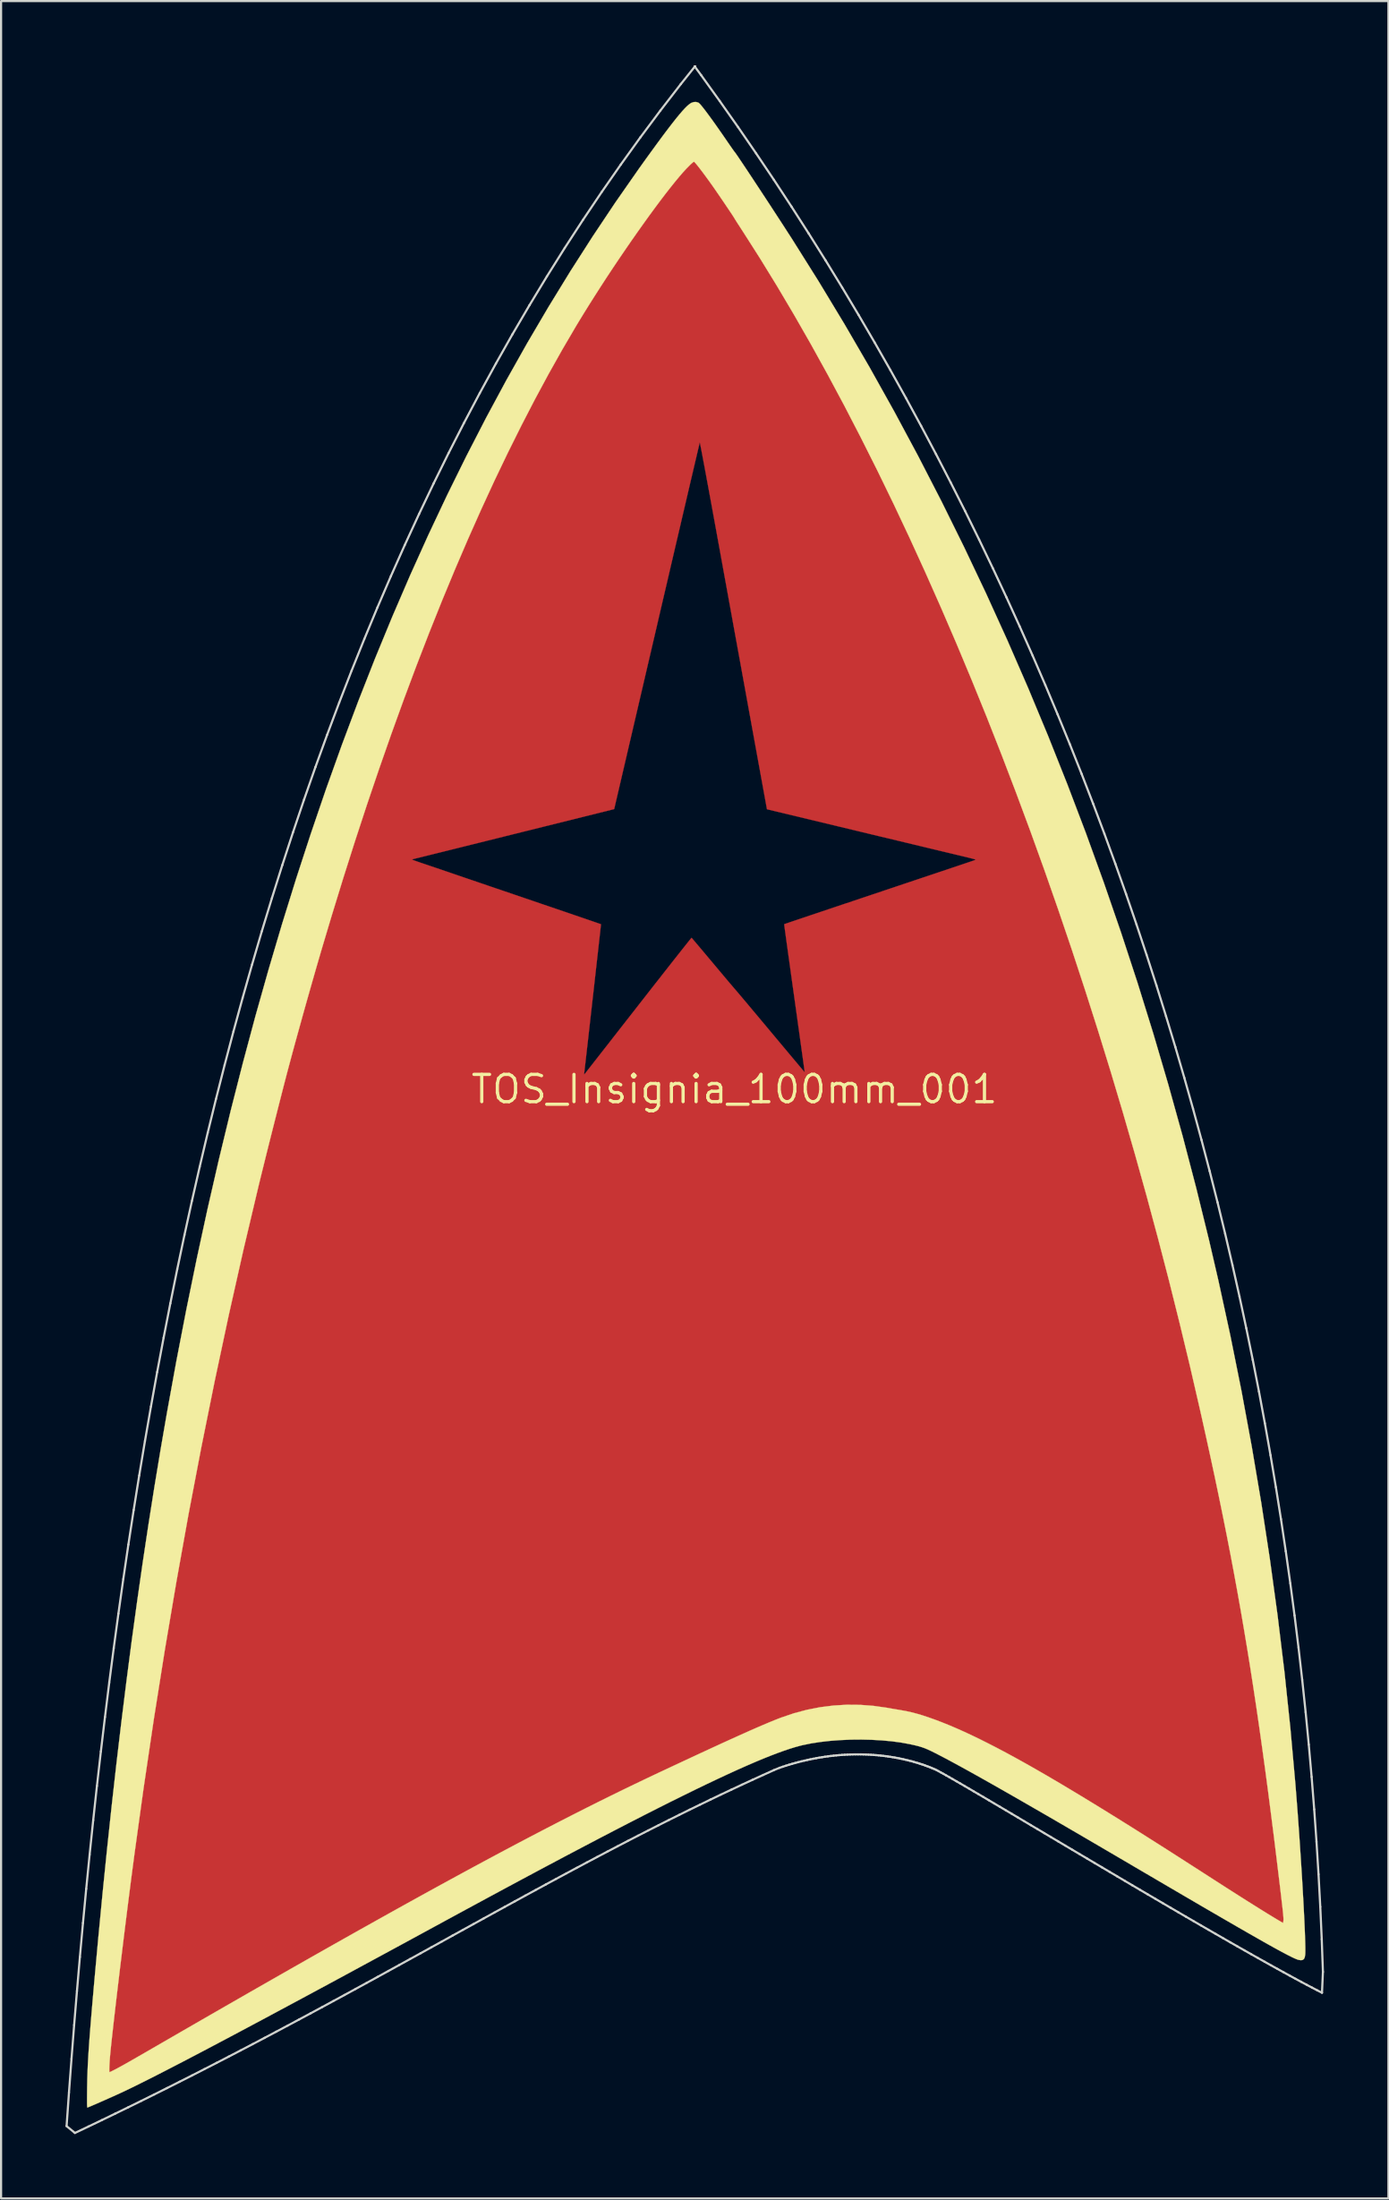
<source format=kicad_pcb>
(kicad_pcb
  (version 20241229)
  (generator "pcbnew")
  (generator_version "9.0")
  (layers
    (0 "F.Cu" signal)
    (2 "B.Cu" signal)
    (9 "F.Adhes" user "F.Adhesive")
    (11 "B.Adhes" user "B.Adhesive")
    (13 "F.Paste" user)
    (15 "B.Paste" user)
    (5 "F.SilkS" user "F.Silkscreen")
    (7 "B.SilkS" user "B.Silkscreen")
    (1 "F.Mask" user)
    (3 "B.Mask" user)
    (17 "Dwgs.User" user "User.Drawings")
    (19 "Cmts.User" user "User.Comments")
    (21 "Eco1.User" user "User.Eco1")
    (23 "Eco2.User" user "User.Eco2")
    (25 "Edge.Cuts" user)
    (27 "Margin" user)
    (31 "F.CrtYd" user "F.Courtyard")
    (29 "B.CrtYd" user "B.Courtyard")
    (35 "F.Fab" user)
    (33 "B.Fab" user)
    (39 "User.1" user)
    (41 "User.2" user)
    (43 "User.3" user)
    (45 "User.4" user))
  (footprint "TOS_Insignia_100mm_001"
    (layer "F.Cu")
    (at 31.142 47.657)
    (property "Reference" "TOS_Insignia_100mm_001" (at 0 0 0) (layer "F.SilkS") (effects (font (size 1.27 1.27) (thickness 0.15))))
    (attr through_hole)
    (fp_poly (pts (xy -1.436 -42.743) (xy -1.311 -42.566) (xy -1.171 -42.368) (xy -1.026 -42.161) (xy -0.882 -41.955) (xy -0.746 -41.76) (xy -0.627 -41.587) (xy -0.609 -41.561) (xy -0.509 -41.414) (xy -0.411 -41.271) (xy -0.32 -41.138) (xy -0.239 -41.02) (xy -0.172 -40.922) (xy -0.123 -40.852) (xy -0.109 -40.831) (xy 0.015 -40.65) (xy 0.124 -40.489) (xy 0.226 -40.339) (xy 0.324 -40.191) (xy 0.426 -40.037) (xy 0.536 -39.868) (xy 0.659 -39.677) (xy 0.735 -39.558) (xy 1.505 -38.338) (xy 2.273 -37.077) (xy 3.037 -35.776) (xy 3.798 -34.436) (xy 4.556 -33.058) (xy 5.309 -31.644) (xy 6.056 -30.194) (xy 6.799 -28.71) (xy 7.535 -27.193) (xy 8.264 -25.644) (xy 8.986 -24.064) (xy 9.701 -22.454) (xy 10.407 -20.816) (xy 11.104 -19.15) (xy 11.792 -17.458) (xy 12.469 -15.741) (xy 13.137 -14) (xy 13.793 -12.236) (xy 13.794 -12.234) (xy 14.624 -9.927) (xy 15.43 -7.599) (xy 16.212 -5.255) (xy 16.97 -2.895) (xy 17.701 -0.522) (xy 18.407 1.861) (xy 19.086 4.252) (xy 19.738 6.65) (xy 20.363 9.051) (xy 20.959 11.453) (xy 21.526 13.855) (xy 22.065 16.254) (xy 22.573 18.647) (xy 23.051 21.032) (xy 23.498 23.408) (xy 23.914 25.771) (xy 24.298 28.12) (xy 24.649 30.452) (xy 24.967 32.765) (xy 25.251 35.056) (xy 25.367 36.068) (xy 25.393 36.309) (xy 25.421 36.567) (xy 25.45 36.832) (xy 25.478 37.096) (xy 25.504 37.349) (xy 25.528 37.582) (xy 25.549 37.787) (xy 25.558 37.878) (xy 25.576 38.063) (xy 25.594 38.244) (xy 25.61 38.413) (xy 25.625 38.565) (xy 25.638 38.692) (xy 25.648 38.789) (xy 25.653 38.84) (xy 25.661 38.927) (xy 25.667 38.996) (xy 25.669 39.037) (xy 25.668 39.045) (xy 25.65 39.035) (xy 25.599 39.003) (xy 25.519 38.952) (xy 25.411 38.884) (xy 25.28 38.799) (xy 25.127 38.701) (xy 24.957 38.59) (xy 24.77 38.469) (xy 24.571 38.34) (xy 24.425 38.245) (xy 23.922 37.917) (xy 23.452 37.611) (xy 23.013 37.326) (xy 22.605 37.06) (xy 22.224 36.813) (xy 21.87 36.582) (xy 21.54 36.368) (xy 21.232 36.169) (xy 20.945 35.983) (xy 20.677 35.81) (xy 20.425 35.648) (xy 20.189 35.496) (xy 19.966 35.353) (xy 19.754 35.217) (xy 19.551 35.088) (xy 19.356 34.964) (xy 19.167 34.844) (xy 18.982 34.726) (xy 18.798 34.611) (xy 18.754 34.583) (xy 17.489 33.794) (xy 16.229 33.026) (xy 14.957 32.266) (xy 14.277 31.867) (xy 14.094 31.76) (xy 13.913 31.654) (xy 13.738 31.551) (xy 13.575 31.456) (xy 13.429 31.37) (xy 13.306 31.298) (xy 13.212 31.243) (xy 13.176 31.221) (xy 12.428 30.794) (xy 11.692 30.407) (xy 10.968 30.061) (xy 10.254 29.754) (xy 9.55 29.486) (xy 8.855 29.258) (xy 8.17 29.07) (xy 7.492 28.92) (xy 6.823 28.809) (xy 6.161 28.737) (xy 5.98 28.724) (xy 5.421 28.705) (xy 4.869 28.719) (xy 4.326 28.767) (xy 3.798 28.847) (xy 3.287 28.959) (xy 2.798 29.102) (xy 2.335 29.276) (xy 2.244 29.315) (xy 2.162 29.351) (xy 2.05 29.398) (xy 1.919 29.454) (xy 1.777 29.514) (xy 1.634 29.573) (xy 1.609 29.584) (xy 0.76 29.942) (xy -0.122 30.325) (xy -1.036 30.734) (xy -1.983 31.168) (xy -2.963 31.626) (xy -3.974 32.109) (xy -5.016 32.616) (xy -6.089 33.148) (xy -7.192 33.703) (xy -8.326 34.282) (xy -9.489 34.884) (xy -10.682 35.51) (xy -11.903 36.158) (xy -13.153 36.83) (xy -14.431 37.524) (xy -15.737 38.24) (xy -17.07 38.979) (xy -18.429 39.74) (xy -19.815 40.522) (xy -21.228 41.326) (xy -22.665 42.151) (xy -24.128 42.998) (xy -25.616 43.865) (xy -27.128 44.753) (xy -28.019 45.279) (xy -28.225 45.401) (xy -28.421 45.516) (xy -28.603 45.624) (xy -28.768 45.721) (xy -28.914 45.806) (xy -29.036 45.878) (xy -29.132 45.934) (xy -29.2 45.973) (xy -29.235 45.993) (xy -29.24 45.995) (xy -29.244 45.977) (xy -29.241 45.932) (xy -29.24 45.926) (xy -29.236 45.89) (xy -29.228 45.816) (xy -29.217 45.711) (xy -29.203 45.58) (xy -29.188 45.428) (xy -29.171 45.261) (xy -29.156 45.117) (xy -28.926 42.922) (xy -28.675 40.696) (xy -28.403 38.444) (xy -28.11 36.171) (xy -27.798 33.882) (xy -27.468 31.582) (xy -27.12 29.276) (xy -26.754 26.969) (xy -26.373 24.665) (xy -25.976 22.37) (xy -25.564 20.089) (xy -25.138 17.827) (xy -24.699 15.588) (xy -24.277 13.52) (xy -23.924 11.845) (xy -23.569 10.207) (xy -23.211 8.6) (xy -22.848 7.018) (xy -22.479 5.454) (xy -22.103 3.904) (xy -21.717 2.362) (xy -21.321 0.821) (xy -20.913 -0.723) (xy -20.492 -2.278) (xy -20.057 -3.849) (xy -19.979 -4.128) (xy -19.432 -6.035) (xy -18.875 -7.911) (xy -18.309 -9.756) (xy -18.012 -10.692) (xy -15.007 -10.692) (xy -14.988 -10.681) (xy -14.934 -10.66) (xy -14.852 -10.629) (xy -14.746 -10.592) (xy -14.623 -10.549) (xy -14.557 -10.527) (xy -14.436 -10.486) (xy -14.282 -10.434) (xy -14.103 -10.373) (xy -13.905 -10.306) (xy -13.697 -10.236) (xy -13.486 -10.164) (xy -13.278 -10.093) (xy -13.229 -10.076) (xy -13.012 -10.002) (xy -12.765 -9.917) (xy -12.498 -9.826) (xy -12.221 -9.732) (xy -11.944 -9.637) (xy -11.678 -9.547) (xy -11.433 -9.463) (xy -11.367 -9.44) (xy -10.809 -9.251) (xy -10.291 -9.074) (xy -9.81 -8.91) (xy -9.365 -8.759) (xy -8.956 -8.619) (xy -8.581 -8.492) (xy -8.239 -8.375) (xy -7.928 -8.269) (xy -7.648 -8.173) (xy -7.397 -8.087) (xy -7.173 -8.011) (xy -6.977 -7.944) (xy -6.806 -7.885) (xy -6.659 -7.835) (xy -6.536 -7.792) (xy -6.434 -7.757) (xy -6.353 -7.729) (xy -6.292 -7.708) (xy -6.249 -7.692) (xy -6.222 -7.683) (xy -6.212 -7.678) (xy -6.212 -7.678) (xy -6.214 -7.657) (xy -6.22 -7.597) (xy -6.231 -7.5) (xy -6.245 -7.368) (xy -6.263 -7.206) (xy -6.285 -7.015) (xy -6.309 -6.798) (xy -6.336 -6.557) (xy -6.365 -6.296) (xy -6.397 -6.017) (xy -6.43 -5.723) (xy -6.464 -5.416) (xy -6.5 -5.099) (xy -6.536 -4.775) (xy -6.573 -4.446) (xy -6.611 -4.115) (xy -6.648 -3.786) (xy -6.685 -3.459) (xy -6.721 -3.139) (xy -6.756 -2.828) (xy -6.79 -2.528) (xy -6.822 -2.242) (xy -6.853 -1.973) (xy -6.881 -1.724) (xy -6.907 -1.497) (xy -6.93 -1.295) (xy -6.95 -1.12) (xy -6.967 -0.976) (xy -6.979 -0.864) (xy -6.988 -0.788) (xy -6.992 -0.754) (xy -6.995 -0.707) (xy -6.989 -0.689) (xy -6.985 -0.691) (xy -6.971 -0.709) (xy -6.931 -0.759) (xy -6.868 -0.839) (xy -6.783 -0.948) (xy -6.677 -1.083) (xy -6.552 -1.244) (xy -6.407 -1.428) (xy -6.246 -1.634) (xy -6.069 -1.861) (xy -5.877 -2.106) (xy -5.673 -2.368) (xy -5.456 -2.646) (xy -5.228 -2.938) (xy -4.991 -3.241) (xy -4.745 -3.555) (xy -4.493 -3.878) (xy -4.489 -3.884) (xy -4.236 -4.207) (xy -3.991 -4.521) (xy -3.754 -4.824) (xy -3.526 -5.114) (xy -3.309 -5.391) (xy -3.104 -5.652) (xy -2.913 -5.895) (xy -2.736 -6.12) (xy -2.574 -6.325) (xy -2.43 -6.507) (xy -2.304 -6.666) (xy -2.198 -6.8) (xy -2.112 -6.906) (xy -2.049 -6.985) (xy -2.009 -7.033) (xy -1.994 -7.049) (xy -1.994 -7.049) (xy -1.978 -7.031) (xy -1.938 -6.984) (xy -1.874 -6.909) (xy -1.79 -6.81) (xy -1.688 -6.689) (xy -1.569 -6.548) (xy -1.436 -6.39) (xy -1.292 -6.218) (xy -1.137 -6.034) (xy -1.003 -5.874) (xy -0.841 -5.681) (xy -0.685 -5.495) (xy -0.538 -5.32) (xy -0.402 -5.158) (xy -0.28 -5.013) (xy -0.173 -4.888) (xy -0.085 -4.784) (xy -0.017 -4.704) (xy 0.027 -4.653) (xy 0.044 -4.633) (xy 0.067 -4.607) (xy 0.115 -4.551) (xy 0.187 -4.467) (xy 0.28 -4.356) (xy 0.394 -4.221) (xy 0.526 -4.065) (xy 0.674 -3.888) (xy 0.836 -3.695) (xy 1.012 -3.485) (xy 1.198 -3.263) (xy 1.394 -3.029) (xy 1.597 -2.786) (xy 1.693 -2.671) (xy 1.897 -2.427) (xy 2.094 -2.192) (xy 2.281 -1.968) (xy 2.458 -1.757) (xy 2.621 -1.562) (xy 2.771 -1.384) (xy 2.904 -1.225) (xy 3.019 -1.088) (xy 3.115 -0.974) (xy 3.19 -0.886) (xy 3.242 -0.825) (xy 3.269 -0.794) (xy 3.273 -0.79) (xy 3.271 -0.811) (xy 3.263 -0.871) (xy 3.249 -0.97) (xy 3.231 -1.103) (xy 3.208 -1.27) (xy 3.181 -1.468) (xy 3.149 -1.694) (xy 3.114 -1.948) (xy 3.075 -2.225) (xy 3.034 -2.525) (xy 2.989 -2.844) (xy 2.942 -3.182) (xy 2.893 -3.534) (xy 2.841 -3.901) (xy 2.795 -4.233) (xy 2.742 -4.61) (xy 2.691 -4.975) (xy 2.642 -5.326) (xy 2.595 -5.661) (xy 2.551 -5.979) (xy 2.509 -6.276) (xy 2.471 -6.551) (xy 2.436 -6.801) (xy 2.405 -7.024) (xy 2.379 -7.219) (xy 2.356 -7.382) (xy 2.339 -7.511) (xy 2.326 -7.605) (xy 2.319 -7.662) (xy 2.317 -7.678) (xy 2.322 -7.681) (xy 2.338 -7.687) (xy 2.365 -7.697) (xy 2.405 -7.711) (xy 2.46 -7.73) (xy 2.53 -7.754) (xy 2.617 -7.784) (xy 2.723 -7.82) (xy 2.849 -7.862) (xy 2.997 -7.912) (xy 3.168 -7.97) (xy 3.363 -8.035) (xy 3.584 -8.11) (xy 3.832 -8.193) (xy 4.109 -8.286) (xy 4.416 -8.389) (xy 4.755 -8.503) (xy 5.127 -8.628) (xy 5.533 -8.764) (xy 5.976 -8.912) (xy 6.455 -9.073) (xy 6.932 -9.233) (xy 7.32 -9.363) (xy 7.701 -9.491) (xy 8.071 -9.615) (xy 8.429 -9.735) (xy 8.772 -9.85) (xy 9.098 -9.959) (xy 9.405 -10.062) (xy 9.691 -10.158) (xy 9.954 -10.246) (xy 10.191 -10.326) (xy 10.401 -10.396) (xy 10.58 -10.456) (xy 10.728 -10.506) (xy 10.841 -10.544) (xy 10.918 -10.57) (xy 10.948 -10.58) (xy 11.051 -10.615) (xy 11.138 -10.646) (xy 11.202 -10.671) (xy 11.236 -10.686) (xy 11.239 -10.689) (xy 11.22 -10.696) (xy 11.164 -10.712) (xy 11.077 -10.735) (xy 10.964 -10.764) (xy 10.831 -10.797) (xy 10.682 -10.833) (xy 10.641 -10.842) (xy 10.561 -10.862) (xy 10.442 -10.89) (xy 10.287 -10.927) (xy 10.097 -10.973) (xy 9.875 -11.026) (xy 9.623 -11.086) (xy 9.344 -11.153) (xy 9.04 -11.226) (xy 8.713 -11.305) (xy 8.366 -11.388) (xy 8 -11.476) (xy 7.618 -11.568) (xy 7.222 -11.663) (xy 6.815 -11.76) (xy 6.399 -11.86) (xy 5.976 -11.962) (xy 5.78 -12.009) (xy 1.516 -13.033) (xy 0.759 -17.19) (xy 0.672 -17.667) (xy 0.579 -18.18) (xy 0.48 -18.725) (xy 0.376 -19.295) (xy 0.269 -19.885) (xy 0.158 -20.491) (xy 0.046 -21.106) (xy -0.067 -21.726) (xy -0.179 -22.345) (xy -0.291 -22.957) (xy -0.4 -23.558) (xy -0.507 -24.143) (xy -0.609 -24.705) (xy -0.706 -25.239) (xy -0.798 -25.741) (xy -0.798 -25.742) (xy -0.875 -26.167) (xy -0.951 -26.58) (xy -1.024 -26.979) (xy -1.094 -27.364) (xy -1.162 -27.731) (xy -1.226 -28.08) (xy -1.287 -28.407) (xy -1.343 -28.712) (xy -1.395 -28.992) (xy -1.443 -29.245) (xy -1.485 -29.47) (xy -1.522 -29.664) (xy -1.553 -29.826) (xy -1.578 -29.954) (xy -1.596 -30.046) (xy -1.607 -30.099) (xy -1.611 -30.113) (xy -1.617 -30.091) (xy -1.632 -30.029) (xy -1.656 -29.929) (xy -1.689 -29.791) (xy -1.729 -29.618) (xy -1.778 -29.41) (xy -1.835 -29.169) (xy -1.899 -28.896) (xy -1.97 -28.593) (xy -2.048 -28.262) (xy -2.132 -27.902) (xy -2.222 -27.516) (xy -2.318 -27.106) (xy -2.42 -26.672) (xy -2.526 -26.215) (xy -2.638 -25.738) (xy -2.754 -25.242) (xy -2.874 -24.727) (xy -2.998 -24.196) (xy -3.125 -23.649) (xy -3.256 -23.089) (xy -3.39 -22.515) (xy -3.526 -21.931) (xy -3.611 -21.564) (xy -5.598 -13.04) (xy -10.234 -11.886) (xy -10.668 -11.778) (xy -11.092 -11.672) (xy -11.504 -11.57) (xy -11.901 -11.471) (xy -12.283 -11.376) (xy -12.646 -11.286) (xy -12.99 -11.2) (xy -13.312 -11.12) (xy -13.611 -11.046) (xy -13.885 -10.978) (xy -14.131 -10.917) (xy -14.348 -10.863) (xy -14.534 -10.817) (xy -14.687 -10.779) (xy -14.806 -10.75) (xy -14.888 -10.73) (xy -14.932 -10.72) (xy -14.938 -10.718) (xy -14.985 -10.706) (xy -15.007 -10.693) (xy -15.007 -10.692) (xy -18.012 -10.692) (xy -17.733 -11.568) (xy -17.149 -13.347) (xy -16.555 -15.092) (xy -15.953 -16.801) (xy -15.343 -18.474) (xy -14.725 -20.11) (xy -14.099 -21.709) (xy -13.466 -23.269) (xy -12.827 -24.789) (xy -12.181 -26.269) (xy -11.742 -27.241) (xy -11.387 -28.009) (xy -11.02 -28.786) (xy -10.643 -29.567) (xy -10.26 -30.343) (xy -9.875 -31.107) (xy -9.491 -31.853) (xy -9.113 -32.572) (xy -8.749 -33.248) (xy -8.168 -34.294) (xy -7.578 -35.314) (xy -6.983 -36.306) (xy -6.382 -37.27) (xy -5.776 -38.203) (xy -5.168 -39.104) (xy -4.558 -39.97) (xy -3.947 -40.8) (xy -3.336 -41.593) (xy -2.727 -42.347) (xy -2.266 -42.892) (xy -2.174 -42.999) (xy -2.089 -43.098) (xy -2.015 -43.184) (xy -1.958 -43.25) (xy -1.922 -43.292) (xy -1.915 -43.301) (xy -1.872 -43.353) (xy -1.436 -42.743)) (stroke (width 0.01) (type solid)) (fill yes) (layer "F.Cu"))
    (fp_poly (pts (xy -1.715 -43.133) (xy -1.535 -42.882) (xy -1.337 -42.605) (xy -1.131 -42.311) (xy -0.921 -42.011) (xy -0.715 -41.714) (xy -0.52 -41.429) (xy -0.48 -41.37) (xy -0.379 -41.223) (xy -0.282 -41.081) (xy -0.192 -40.949) (xy -0.112 -40.834) (xy -0.047 -40.739) (xy 0.001 -40.672) (xy 0.019 -40.646) (xy 0.064 -40.583) (xy 0.128 -40.488) (xy 0.21 -40.365) (xy 0.306 -40.22) (xy 0.413 -40.056) (xy 0.529 -39.878) (xy 0.651 -39.69) (xy 0.775 -39.496) (xy 0.9 -39.301) (xy 1.023 -39.109) (xy 1.099 -38.989) (xy 1.903 -37.691) (xy 2.703 -36.351) (xy 3.498 -34.972) (xy 4.287 -33.555) (xy 5.07 -32.1) (xy 5.846 -30.609) (xy 6.615 -29.083) (xy 7.377 -27.523) (xy 8.131 -25.931) (xy 8.876 -24.308) (xy 9.612 -22.654) (xy 10.34 -20.971) (xy 11.057 -19.261) (xy 11.764 -17.524) (xy 12.46 -15.761) (xy 13.145 -13.975) (xy 13.819 -12.165) (xy 14.48 -10.334) (xy 15.129 -8.482) (xy 15.765 -6.611) (xy 16.387 -4.721) (xy 16.995 -2.815) (xy 17.589 -0.892) (xy 18.168 1.045) (xy 18.732 2.995) (xy 19.28 4.958) (xy 19.812 6.931) (xy 20.327 8.915) (xy 20.825 10.907) (xy 21.305 12.906) (xy 21.661 14.446) (xy 22.06 16.234) (xy 22.444 18.027) (xy 22.811 19.822) (xy 23.162 21.615) (xy 23.496 23.404) (xy 23.812 25.185) (xy 24.11 26.954) (xy 24.389 28.709) (xy 24.649 30.446) (xy 24.889 32.161) (xy 25.109 33.852) (xy 25.307 35.516) (xy 25.485 37.147) (xy 25.558 37.878) (xy 25.576 38.063) (xy 25.594 38.244) (xy 25.61 38.413) (xy 25.625 38.565) (xy 25.638 38.692) (xy 25.648 38.79) (xy 25.653 38.84) (xy 25.661 38.927) (xy 25.667 38.996) (xy 25.669 39.037) (xy 25.668 39.045) (xy 25.65 39.035) (xy 25.599 39.003) (xy 25.519 38.952) (xy 25.411 38.884) (xy 25.28 38.799) (xy 25.127 38.701) (xy 24.957 38.59) (xy 24.77 38.469) (xy 24.571 38.34) (xy 24.425 38.245) (xy 23.922 37.917) (xy 23.452 37.611) (xy 23.013 37.326) (xy 22.605 37.06) (xy 22.224 36.813) (xy 21.87 36.582) (xy 21.54 36.368) (xy 21.232 36.169) (xy 20.945 35.983) (xy 20.677 35.81) (xy 20.425 35.648) (xy 20.189 35.496) (xy 19.966 35.353) (xy 19.754 35.217) (xy 19.551 35.088) (xy 19.356 34.964) (xy 19.167 34.844) (xy 18.982 34.726) (xy 18.798 34.611) (xy 18.754 34.583) (xy 17.489 33.794) (xy 16.229 33.026) (xy 14.957 32.266) (xy 14.277 31.867) (xy 14.094 31.76) (xy 13.913 31.654) (xy 13.738 31.551) (xy 13.575 31.456) (xy 13.429 31.37) (xy 13.306 31.298) (xy 13.212 31.243) (xy 13.176 31.221) (xy 12.428 30.794) (xy 11.692 30.407) (xy 10.968 30.061) (xy 10.254 29.754) (xy 9.55 29.486) (xy 8.855 29.258) (xy 8.17 29.07) (xy 7.492 28.92) (xy 6.823 28.809) (xy 6.161 28.737) (xy 5.98 28.724) (xy 5.421 28.705) (xy 4.869 28.719) (xy 4.326 28.767) (xy 3.798 28.847) (xy 3.287 28.959) (xy 2.798 29.102) (xy 2.335 29.276) (xy 2.244 29.315) (xy 2.162 29.351) (xy 2.05 29.398) (xy 1.919 29.454) (xy 1.777 29.514) (xy 1.634 29.573) (xy 1.609 29.584) (xy 0.76 29.942) (xy -0.122 30.325) (xy -1.036 30.734) (xy -1.983 31.168) (xy -2.963 31.626) (xy -3.974 32.109) (xy -5.016 32.616) (xy -6.089 33.148) (xy -7.192 33.703) (xy -8.326 34.282) (xy -9.489 34.884) (xy -10.682 35.51) (xy -11.903 36.158) (xy -13.153 36.83) (xy -14.431 37.524) (xy -15.737 38.24) (xy -17.07 38.979) (xy -18.429 39.74) (xy -19.815 40.522) (xy -21.228 41.326) (xy -22.665 42.151) (xy -24.128 42.998) (xy -25.616 43.865) (xy -27.128 44.753) (xy -28.019 45.279) (xy -28.225 45.401) (xy -28.421 45.516) (xy -28.603 45.624) (xy -28.768 45.721) (xy -28.914 45.806) (xy -29.036 45.878) (xy -29.132 45.934) (xy -29.2 45.973) (xy -29.235 45.993) (xy -29.24 45.995) (xy -29.244 45.977) (xy -29.241 45.932) (xy -29.24 45.926) (xy -29.236 45.89) (xy -29.228 45.816) (xy -29.217 45.711) (xy -29.203 45.58) (xy -29.188 45.428) (xy -29.171 45.261) (xy -29.156 45.117) (xy -28.927 42.925) (xy -28.676 40.702) (xy -28.404 38.454) (xy -28.112 36.184) (xy -27.801 33.898) (xy -27.471 31.601) (xy -27.123 29.298) (xy -26.758 26.994) (xy -26.378 24.693) (xy -25.981 22.401) (xy -25.57 20.123) (xy -25.145 17.864) (xy -24.707 15.628) (xy -24.277 13.52) (xy -23.924 11.845) (xy -23.569 10.207) (xy -23.211 8.6) (xy -22.848 7.018) (xy -22.479 5.454) (xy -22.103 3.904) (xy -21.717 2.362) (xy -21.321 0.821) (xy -20.913 -0.723) (xy -20.492 -2.278) (xy -20.057 -3.849) (xy -19.979 -4.128) (xy -19.43 -6.042) (xy -18.871 -7.924) (xy -18.303 -9.775) (xy -17.726 -11.593) (xy -17.139 -13.376) (xy -16.543 -15.126) (xy -15.939 -16.839) (xy -15.327 -18.517) (xy -14.707 -20.157) (xy -14.079 -21.759) (xy -13.444 -23.323) (xy -12.802 -24.847) (xy -12.153 -26.33) (xy -11.742 -27.241) (xy -11.387 -28.009) (xy -11.02 -28.786) (xy -10.643 -29.567) (xy -10.26 -30.343) (xy -9.875 -31.107) (xy -9.491 -31.853) (xy -9.113 -32.572) (xy -8.749 -33.248) (xy -8.168 -34.294) (xy -7.578 -35.314) (xy -6.983 -36.306) (xy -6.382 -37.27) (xy -5.776 -38.203) (xy -5.168 -39.104) (xy -4.558 -39.97) (xy -3.947 -40.8) (xy -3.336 -41.593) (xy -2.727 -42.347) (xy -2.266 -42.892) (xy -2.174 -42.999) (xy -2.089 -43.098) (xy -2.016 -43.183) (xy -1.959 -43.249) (xy -1.923 -43.291) (xy -1.916 -43.3) (xy -1.873 -43.351) (xy -1.715 -43.133)) (stroke (width 0.01) (type solid)) (fill yes) (layer "F.Mask"))
    (fp_poly (pts (xy -1.647 -29.655) (xy -1.631 -29.654) (xy -1.566 -29.641) (xy -1.518 -29.595) (xy -1.484 -29.514) (xy -1.48 -29.5) (xy -1.464 -29.435) (xy -1.441 -29.33) (xy -1.411 -29.186) (xy -1.375 -29.006) (xy -1.332 -28.792) (xy -1.283 -28.545) (xy -1.229 -28.267) (xy -1.169 -27.959) (xy -1.105 -27.623) (xy -1.036 -27.262) (xy -0.963 -26.877) (xy -0.886 -26.469) (xy -0.806 -26.041) (xy -0.722 -25.594) (xy -0.635 -25.13) (xy -0.546 -24.651) (xy -0.455 -24.158) (xy -0.434 -24.045) (xy -0.383 -23.769) (xy -0.333 -23.499) (xy -0.285 -23.24) (xy -0.239 -22.995) (xy -0.197 -22.768) (xy -0.159 -22.562) (xy -0.125 -22.381) (xy -0.096 -22.228) (xy -0.074 -22.108) (xy -0.057 -22.024) (xy -0.051 -21.992) (xy -0.042 -21.945) (xy -0.026 -21.859) (xy -0.003 -21.735) (xy 0.026 -21.576) (xy 0.062 -21.384) (xy 0.103 -21.16) (xy 0.15 -20.908) (xy 0.201 -20.628) (xy 0.257 -20.324) (xy 0.317 -19.997) (xy 0.381 -19.649) (xy 0.449 -19.283) (xy 0.519 -18.9) (xy 0.592 -18.503) (xy 0.667 -18.093) (xy 0.744 -17.674) (xy 0.791 -17.414) (xy 0.868 -16.994) (xy 0.944 -16.584) (xy 1.016 -16.187) (xy 1.086 -15.806) (xy 1.154 -15.441) (xy 1.217 -15.096) (xy 1.277 -14.771) (xy 1.333 -14.469) (xy 1.384 -14.191) (xy 1.431 -13.94) (xy 1.472 -13.718) (xy 1.507 -13.527) (xy 1.537 -13.368) (xy 1.561 -13.243) (xy 1.577 -13.155) (xy 1.587 -13.105) (xy 1.59 -13.093) (xy 1.611 -13.088) (xy 1.671 -13.072) (xy 1.766 -13.049) (xy 1.895 -13.017) (xy 2.054 -12.979) (xy 2.241 -12.933) (xy 2.453 -12.882) (xy 2.687 -12.825) (xy 2.941 -12.764) (xy 3.211 -12.699) (xy 3.496 -12.631) (xy 3.778 -12.563) (xy 4.422 -12.409) (xy 5.026 -12.264) (xy 5.591 -12.128) (xy 6.119 -12.001) (xy 6.61 -11.883) (xy 7.065 -11.774) (xy 7.487 -11.672) (xy 7.875 -11.578) (xy 8.231 -11.492) (xy 8.557 -11.413) (xy 8.853 -11.341) (xy 9.121 -11.276) (xy 9.361 -11.217) (xy 9.575 -11.165) (xy 9.765 -11.118) (xy 9.93 -11.076) (xy 10.073 -11.04) (xy 10.195 -11.009) (xy 10.296 -10.983) (xy 10.379 -10.961) (xy 10.443 -10.943) (xy 10.491 -10.929) (xy 10.522 -10.919) (xy 10.54 -10.912) (xy 10.604 -10.865) (xy 10.637 -10.802) (xy 10.647 -10.714) (xy 10.645 -10.682) (xy 10.637 -10.65) (xy 10.622 -10.618) (xy 10.598 -10.585) (xy 10.564 -10.551) (xy 10.517 -10.515) (xy 10.458 -10.476) (xy 10.382 -10.434) (xy 10.29 -10.388) (xy 10.18 -10.337) (xy 10.049 -10.281) (xy 9.897 -10.219) (xy 9.721 -10.15) (xy 9.52 -10.074) (xy 9.293 -9.99) (xy 9.037 -9.897) (xy 8.752 -9.795) (xy 8.435 -9.683) (xy 8.086 -9.56) (xy 7.701 -9.425) (xy 7.281 -9.279) (xy 6.822 -9.12) (xy 6.646 -9.059) (xy 6.196 -8.903) (xy 5.764 -8.752) (xy 5.352 -8.608) (xy 4.962 -8.472) (xy 4.596 -8.343) (xy 4.254 -8.222) (xy 3.938 -8.109) (xy 3.649 -8.006) (xy 3.39 -7.913) (xy 3.161 -7.829) (xy 2.964 -7.757) (xy 2.8 -7.695) (xy 2.672 -7.645) (xy 2.579 -7.608) (xy 2.524 -7.584) (xy 2.509 -7.575) (xy 2.5 -7.543) (xy 2.498 -7.47) (xy 2.502 -7.358) (xy 2.512 -7.207) (xy 2.529 -7.017) (xy 2.551 -6.791) (xy 2.58 -6.529) (xy 2.614 -6.232) (xy 2.654 -5.901) (xy 2.699 -5.536) (xy 2.75 -5.14) (xy 2.807 -4.713) (xy 2.869 -4.255) (xy 2.921 -3.873) (xy 2.975 -3.479) (xy 3.024 -3.124) (xy 3.068 -2.806) (xy 3.107 -2.525) (xy 3.14 -2.276) (xy 3.17 -2.059) (xy 3.195 -1.872) (xy 3.216 -1.711) (xy 3.234 -1.576) (xy 3.249 -1.463) (xy 3.26 -1.371) (xy 3.269 -1.298) (xy 3.275 -1.242) (xy 3.279 -1.2) (xy 3.28 -1.17) (xy 3.281 -1.156) (xy 3.267 -1.071) (xy 3.226 -1.018) (xy 3.156 -0.996) (xy 3.133 -0.995) (xy 3.082 -1.003) (xy 3.035 -1.031) (xy 2.979 -1.085) (xy 2.91 -1.16) (xy 2.817 -1.265) (xy 2.702 -1.397) (xy 2.567 -1.553) (xy 2.415 -1.73) (xy 2.248 -1.925) (xy 2.069 -2.135) (xy 1.88 -2.358) (xy 1.683 -2.59) (xy 1.482 -2.828) (xy 1.278 -3.07) (xy 1.074 -3.314) (xy 0.872 -3.554) (xy 0.675 -3.79) (xy 0.485 -4.018) (xy 0.305 -4.236) (xy 0.137 -4.439) (xy -0.016 -4.626) (xy -0.148 -4.788) (xy -0.231 -4.889) (xy -0.332 -5.011) (xy -0.448 -5.149) (xy -0.576 -5.3) (xy -0.714 -5.461) (xy -0.857 -5.628) (xy -1.003 -5.798) (xy -1.149 -5.967) (xy -1.293 -6.133) (xy -1.43 -6.29) (xy -1.559 -6.437) (xy -1.675 -6.569) (xy -1.777 -6.684) (xy -1.861 -6.777) (xy -1.924 -6.846) (xy -1.964 -6.886) (xy -1.968 -6.89) (xy -2.016 -6.932) (xy -2.122 -6.816) (xy -2.242 -6.68) (xy -2.375 -6.523) (xy -2.524 -6.341) (xy -2.691 -6.132) (xy -2.877 -5.894) (xy -3.084 -5.623) (xy -3.111 -5.588) (xy -3.383 -5.231) (xy -3.654 -4.879) (xy -3.922 -4.532) (xy -4.186 -4.192) (xy -4.445 -3.862) (xy -4.696 -3.542) (xy -4.94 -3.235) (xy -5.174 -2.942) (xy -5.396 -2.665) (xy -5.607 -2.406) (xy -5.804 -2.166) (xy -5.985 -1.947) (xy -6.15 -1.751) (xy -6.297 -1.579) (xy -6.425 -1.433) (xy -6.532 -1.316) (xy -6.617 -1.228) (xy -6.679 -1.171) (xy -6.7 -1.155) (xy -6.754 -1.131) (xy -6.827 -1.112) (xy -6.859 -1.107) (xy -6.964 -1.095) (xy -6.964 -1.233) (xy -6.963 -1.268) (xy -6.961 -1.314) (xy -6.958 -1.371) (xy -6.952 -1.443) (xy -6.944 -1.53) (xy -6.935 -1.635) (xy -6.922 -1.76) (xy -6.907 -1.907) (xy -6.89 -2.079) (xy -6.869 -2.277) (xy -6.844 -2.503) (xy -6.816 -2.76) (xy -6.785 -3.049) (xy -6.749 -3.373) (xy -6.709 -3.734) (xy -6.665 -4.133) (xy -6.636 -4.392) (xy -6.582 -4.882) (xy -6.532 -5.33) (xy -6.488 -5.737) (xy -6.449 -6.103) (xy -6.414 -6.429) (xy -6.385 -6.714) (xy -6.36 -6.959) (xy -6.34 -7.165) (xy -6.325 -7.332) (xy -6.315 -7.46) (xy -6.309 -7.549) (xy -6.308 -7.59) (xy -6.311 -7.648) (xy -6.327 -7.68) (xy -6.366 -7.701) (xy -6.376 -7.704) (xy -6.437 -7.726) (xy -6.536 -7.761) (xy -6.67 -7.807) (xy -6.837 -7.864) (xy -7.034 -7.931) (xy -7.258 -8.008) (xy -7.509 -8.093) (xy -7.782 -8.186) (xy -8.076 -8.286) (xy -8.388 -8.392) (xy -8.715 -8.503) (xy -9.056 -8.618) (xy -9.408 -8.737) (xy -9.62 -8.809) (xy -10.218 -9.011) (xy -10.775 -9.201) (xy -11.293 -9.378) (xy -11.77 -9.543) (xy -12.209 -9.695) (xy -12.608 -9.835) (xy -12.969 -9.964) (xy -13.291 -10.08) (xy -13.575 -10.184) (xy -13.821 -10.276) (xy -14.029 -10.357) (xy -14.199 -10.426) (xy -14.332 -10.484) (xy -14.429 -10.53) (xy -14.488 -10.564) (xy -14.501 -10.574) (xy -14.534 -10.63) (xy -14.538 -10.698) (xy -14.511 -10.761) (xy -14.5 -10.773) (xy -14.484 -10.785) (xy -14.457 -10.8) (xy -14.417 -10.817) (xy -14.364 -10.837) (xy -14.298 -10.86) (xy -14.215 -10.886) (xy -14.116 -10.917) (xy -13.999 -10.951) (xy -13.863 -10.989) (xy -13.707 -11.032) (xy -13.529 -11.081) (xy -13.329 -11.134) (xy -13.106 -11.193) (xy -12.857 -11.257) (xy -12.583 -11.328) (xy -12.281 -11.405) (xy -11.951 -11.489) (xy -11.592 -11.58) (xy -11.202 -11.678) (xy -10.78 -11.784) (xy -10.325 -11.898) (xy -9.836 -12.02) (xy -9.312 -12.15) (xy -8.751 -12.29) (xy -8.153 -12.439) (xy -7.516 -12.597) (xy -6.839 -12.764) (xy -6.837 -12.765) (xy -5.641 -13.061) (xy -5.191 -14.992) (xy -5 -15.816) (xy -4.817 -16.6) (xy -4.643 -17.346) (xy -4.478 -18.055) (xy -4.321 -18.729) (xy -4.172 -19.369) (xy -4.03 -19.977) (xy -3.895 -20.554) (xy -3.768 -21.101) (xy -3.646 -21.621) (xy -3.531 -22.114) (xy -3.421 -22.582) (xy -3.317 -23.027) (xy -3.218 -23.45) (xy -3.124 -23.852) (xy -3.034 -24.235) (xy -2.948 -24.601) (xy -2.865 -24.951) (xy -2.786 -25.286) (xy -2.71 -25.608) (xy -2.637 -25.919) (xy -2.566 -26.219) (xy -2.496 -26.511) (xy -2.429 -26.795) (xy -2.362 -27.074) (xy -2.338 -27.178) (xy -2.249 -27.549) (xy -2.17 -27.882) (xy -2.099 -28.177) (xy -2.037 -28.438) (xy -1.982 -28.666) (xy -1.934 -28.864) (xy -1.892 -29.033) (xy -1.855 -29.177) (xy -1.824 -29.297) (xy -1.797 -29.395) (xy -1.773 -29.473) (xy -1.753 -29.534) (xy -1.735 -29.58) (xy -1.719 -29.612) (xy -1.705 -29.634) (xy -1.691 -29.647) (xy -1.677 -29.654) (xy -1.663 -29.655) (xy -1.647 -29.655)) (stroke (width 0.01) (type solid)) (fill yes) (layer "B.Mask"))
    (fp_poly (pts (xy -1.69 -45.934) (xy -1.659 -45.916) (xy -1.612 -45.873) (xy -1.543 -45.796) (xy -1.453 -45.685) (xy -1.343 -45.543) (xy -1.214 -45.37) (xy -1.066 -45.168) (xy -0.901 -44.938) (xy -0.72 -44.68) (xy -0.523 -44.398) (xy -0.312 -44.091) (xy -0.298 -44.071) (xy -0.217 -43.953) (xy -0.142 -43.845) (xy -0.078 -43.753) (xy -0.027 -43.683) (xy 0.006 -43.638) (xy 0.015 -43.627) (xy 0.037 -43.599) (xy 0.081 -43.538) (xy 0.144 -43.447) (xy 0.224 -43.328) (xy 0.322 -43.183) (xy 0.434 -43.016) (xy 0.559 -42.829) (xy 0.695 -42.623) (xy 0.841 -42.403) (xy 0.994 -42.17) (xy 1.154 -41.928) (xy 1.319 -41.677) (xy 1.486 -41.422) (xy 1.655 -41.165) (xy 1.823 -40.907) (xy 1.989 -40.652) (xy 2.151 -40.403) (xy 2.308 -40.162) (xy 2.457 -39.93) (xy 2.598 -39.712) (xy 2.682 -39.582) (xy 3.914 -37.621) (xy 5.118 -35.629) (xy 6.293 -33.608) (xy 7.438 -31.558) (xy 8.553 -29.48) (xy 9.638 -27.374) (xy 10.692 -25.241) (xy 11.716 -23.082) (xy 12.709 -20.898) (xy 13.671 -18.689) (xy 14.601 -16.456) (xy 15.499 -14.2) (xy 16.365 -11.922) (xy 17.198 -9.622) (xy 17.999 -7.3) (xy 18.767 -4.959) (xy 19.501 -2.597) (xy 20.201 -0.217) (xy 20.868 2.181) (xy 21.5 4.597) (xy 22.098 7.029) (xy 22.529 8.89) (xy 23.088 11.46) (xy 23.608 14.045) (xy 24.088 16.642) (xy 24.529 19.25) (xy 24.929 21.865) (xy 25.288 24.487) (xy 25.607 27.112) (xy 25.884 29.74) (xy 26.12 32.367) (xy 26.192 33.285) (xy 26.226 33.727) (xy 26.258 34.174) (xy 26.29 34.622) (xy 26.321 35.069) (xy 26.35 35.513) (xy 26.379 35.951) (xy 26.406 36.382) (xy 26.432 36.803) (xy 26.456 37.212) (xy 26.478 37.605) (xy 26.499 37.982) (xy 26.517 38.339) (xy 26.534 38.675) (xy 26.548 38.987) (xy 26.56 39.272) (xy 26.569 39.529) (xy 26.576 39.754) (xy 26.58 39.947) (xy 26.581 40.104) (xy 26.579 40.223) (xy 26.575 40.292) (xy 26.555 40.41) (xy 26.518 40.49) (xy 26.46 40.536) (xy 26.379 40.55) (xy 26.27 40.535) (xy 26.268 40.534) (xy 26.222 40.521) (xy 26.164 40.499) (xy 26.092 40.469) (xy 26.005 40.429) (xy 25.902 40.379) (xy 25.783 40.319) (xy 25.647 40.248) (xy 25.491 40.165) (xy 25.317 40.071) (xy 25.122 39.964) (xy 24.906 39.844) (xy 24.668 39.71) (xy 24.407 39.562) (xy 24.121 39.399) (xy 23.81 39.221) (xy 23.474 39.028) (xy 23.111 38.818) (xy 22.719 38.591) (xy 22.299 38.347) (xy 21.849 38.086) (xy 21.369 37.805) (xy 20.856 37.506) (xy 20.312 37.187) (xy 19.733 36.848) (xy 19.121 36.489) (xy 18.472 36.109) (xy 18.447 36.093) (xy 17.699 35.655) (xy 16.987 35.238) (xy 16.309 34.841) (xy 15.665 34.466) (xy 15.054 34.11) (xy 14.475 33.774) (xy 13.927 33.458) (xy 13.41 33.16) (xy 12.922 32.88) (xy 12.463 32.618) (xy 12.032 32.373) (xy 11.629 32.145) (xy 11.251 31.933) (xy 10.899 31.737) (xy 10.572 31.557) (xy 10.268 31.391) (xy 9.988 31.24) (xy 9.73 31.103) (xy 9.493 30.98) (xy 9.345 30.904) (xy 9.164 30.814) (xy 9.006 30.74) (xy 8.862 30.68) (xy 8.721 30.63) (xy 8.571 30.585) (xy 8.402 30.543) (xy 8.204 30.499) (xy 8.168 30.491) (xy 7.759 30.416) (xy 7.321 30.357) (xy 6.861 30.315) (xy 6.386 30.288) (xy 5.901 30.277) (xy 5.414 30.281) (xy 4.931 30.302) (xy 4.459 30.337) (xy 4.005 30.389) (xy 3.575 30.455) (xy 3.175 30.537) (xy 3.068 30.563) (xy 2.837 30.626) (xy 2.585 30.703) (xy 2.31 30.796) (xy 2.011 30.904) (xy 1.688 31.027) (xy 1.341 31.166) (xy 0.97 31.321) (xy 0.572 31.493) (xy 0.149 31.681) (xy -0.301 31.886) (xy -0.777 32.108) (xy -1.281 32.347) (xy -1.814 32.604) (xy -2.374 32.879) (xy -2.964 33.171) (xy -3.584 33.483) (xy -4.233 33.812) (xy -4.913 34.161) (xy -5.625 34.529) (xy -6.368 34.916) (xy -7.143 35.323) (xy -7.951 35.749) (xy -8.792 36.196) (xy -9.667 36.663) (xy -10.576 37.151) (xy -11.52 37.66) (xy -12.5 38.19) (xy -13.494 38.73) (xy -14.485 39.269) (xy -15.439 39.788) (xy -16.358 40.286) (xy -17.241 40.764) (xy -18.088 41.223) (xy -18.902 41.663) (xy -19.681 42.083) (xy -20.427 42.484) (xy -21.139 42.866) (xy -21.819 43.231) (xy -22.466 43.576) (xy -23.082 43.905) (xy -23.666 44.215) (xy -24.22 44.508) (xy -24.743 44.784) (xy -25.236 45.042) (xy -25.7 45.285) (xy -26.135 45.51) (xy -26.542 45.72) (xy -26.92 45.914) (xy -27.272 46.092) (xy -27.596 46.254) (xy -27.893 46.402) (xy -28.164 46.534) (xy -28.319 46.609) (xy -28.446 46.669) (xy -28.599 46.74) (xy -28.773 46.819) (xy -28.961 46.904) (xy -29.156 46.991) (xy -29.352 47.078) (xy -29.542 47.162) (xy -29.72 47.24) (xy -29.88 47.309) (xy -30.014 47.366) (xy -30.116 47.408) (xy -30.117 47.408) (xy -30.125 47.406) (xy -30.13 47.389) (xy -30.135 47.356) (xy -30.138 47.302) (xy -30.14 47.225) (xy -30.14 47.12) (xy -30.14 46.985) (xy -30.139 46.815) (xy -30.137 46.608) (xy -30.136 46.501) (xy -30.132 46.291) (xy -30.128 46.081) (xy -30.121 45.867) (xy -30.114 45.68) (xy -29.104 45.68) (xy -29.101 45.739) (xy -29.094 45.762) (xy -29.093 45.762) (xy -29.071 45.753) (xy -29.019 45.73) (xy -28.948 45.695) (xy -28.909 45.675) (xy -28.839 45.64) (xy -28.763 45.6) (xy -28.679 45.555) (xy -28.583 45.502) (xy -28.473 45.442) (xy -28.347 45.371) (xy -28.201 45.288) (xy -28.034 45.193) (xy -27.842 45.083) (xy -27.623 44.957) (xy -27.375 44.814) (xy -27.094 44.651) (xy -26.903 44.541) (xy -25.754 43.877) (xy -24.64 43.234) (xy -23.56 42.613) (xy -22.513 42.012) (xy -21.497 41.431) (xy -20.513 40.87) (xy -19.559 40.328) (xy -18.633 39.804) (xy -17.736 39.298) (xy -16.865 38.81) (xy -16.02 38.338) (xy -15.2 37.882) (xy -14.403 37.442) (xy -13.63 37.017) (xy -12.878 36.607) (xy -12.147 36.21) (xy -11.436 35.827) (xy -10.743 35.457) (xy -10.068 35.099) (xy -9.41 34.753) (xy -8.767 34.418) (xy -8.139 34.094) (xy -7.525 33.78) (xy -6.924 33.476) (xy -6.334 33.18) (xy -5.754 32.893) (xy -5.184 32.614) (xy -4.623 32.343) (xy -4.069 32.078) (xy -3.522 31.819) (xy -3.408 31.766) (xy -2.843 31.501) (xy -2.315 31.255) (xy -1.822 31.025) (xy -1.363 30.812) (xy -0.936 30.615) (xy -0.54 30.433) (xy -0.173 30.266) (xy 0.167 30.112) (xy 0.48 29.972) (xy 0.768 29.843) (xy 1.033 29.727) (xy 1.276 29.622) (xy 1.498 29.528) (xy 1.702 29.443) (xy 1.888 29.367) (xy 2.058 29.3) (xy 2.174 29.256) (xy 2.77 29.053) (xy 3.375 28.892) (xy 3.987 28.772) (xy 4.605 28.694) (xy 5.227 28.656) (xy 5.851 28.661) (xy 6.475 28.708) (xy 7.098 28.796) (xy 7.176 28.81) (xy 7.281 28.829) (xy 7.413 28.852) (xy 7.556 28.876) (xy 7.694 28.899) (xy 7.723 28.904) (xy 7.978 28.949) (xy 8.227 29.004) (xy 8.481 29.069) (xy 8.746 29.147) (xy 9.03 29.241) (xy 9.342 29.352) (xy 9.398 29.373) (xy 9.706 29.491) (xy 10.024 29.62) (xy 10.355 29.761) (xy 10.697 29.914) (xy 11.054 30.08) (xy 11.425 30.259) (xy 11.811 30.452) (xy 12.215 30.66) (xy 12.636 30.883) (xy 13.076 31.122) (xy 13.536 31.377) (xy 14.016 31.649) (xy 14.519 31.939) (xy 15.044 32.247) (xy 15.593 32.574) (xy 16.167 32.92) (xy 16.768 33.286) (xy 17.395 33.672) (xy 18.05 34.079) (xy 18.735 34.508) (xy 19.449 34.96) (xy 20.195 35.434) (xy 20.972 35.932) (xy 21.783 36.453) (xy 21.907 36.533) (xy 22.353 36.82) (xy 22.777 37.093) (xy 23.18 37.35) (xy 23.56 37.592) (xy 23.914 37.816) (xy 24.242 38.022) (xy 24.542 38.21) (xy 24.812 38.377) (xy 25.052 38.523) (xy 25.258 38.648) (xy 25.362 38.709) (xy 25.546 38.818) (xy 25.559 38.727) (xy 25.563 38.698) (xy 25.564 38.664) (xy 25.564 38.62) (xy 25.562 38.564) (xy 25.556 38.493) (xy 25.549 38.404) (xy 25.538 38.294) (xy 25.523 38.158) (xy 25.505 37.996) (xy 25.482 37.803) (xy 25.456 37.576) (xy 25.425 37.312) (xy 25.399 37.095) (xy 25.258 35.934) (xy 25.12 34.813) (xy 24.982 33.729) (xy 24.846 32.678) (xy 24.71 31.657) (xy 24.573 30.665) (xy 24.436 29.697) (xy 24.298 28.752) (xy 24.158 27.826) (xy 24.016 26.916) (xy 23.871 26.019) (xy 23.723 25.133) (xy 23.572 24.254) (xy 23.416 23.38) (xy 23.256 22.508) (xy 23.091 21.635) (xy 22.92 20.757) (xy 22.743 19.873) (xy 22.56 18.98) (xy 22.37 18.073) (xy 22.172 17.151) (xy 21.966 16.21) (xy 21.752 15.249) (xy 21.664 14.859) (xy 21.205 12.868) (xy 20.727 10.883) (xy 20.233 8.905) (xy 19.721 6.937) (xy 19.194 4.978) (xy 18.65 3.031) (xy 18.091 1.096) (xy 17.517 -0.826) (xy 16.928 -2.733) (xy 16.325 -4.624) (xy 15.709 -6.499) (xy 15.079 -8.355) (xy 14.436 -10.193) (xy 13.781 -12.01) (xy 13.114 -13.805) (xy 12.436 -15.578) (xy 11.747 -17.328) (xy 11.047 -19.052) (xy 10.337 -20.751) (xy 9.617 -22.422) (xy 8.888 -24.065) (xy 8.151 -25.678) (xy 7.405 -27.261) (xy 6.651 -28.812) (xy 5.889 -30.33) (xy 5.121 -31.815) (xy 4.346 -33.263) (xy 3.565 -34.676) (xy 2.778 -36.051) (xy 1.986 -37.388) (xy 1.19 -38.684) (xy 0.389 -39.94) (xy 0.337 -40.019) (xy 0.252 -40.151) (xy 0.174 -40.271) (xy 0.107 -40.375) (xy 0.054 -40.459) (xy 0.018 -40.517) (xy 0.001 -40.546) (xy 0 -40.548) (xy -0.012 -40.568) (xy -0.044 -40.62) (xy -0.095 -40.698) (xy -0.162 -40.798) (xy -0.241 -40.916) (xy -0.33 -41.048) (xy -0.425 -41.19) (xy -0.525 -41.337) (xy -0.626 -41.486) (xy -0.726 -41.632) (xy -0.821 -41.77) (xy -0.909 -41.898) (xy -0.987 -42.01) (xy -1.052 -42.102) (xy -1.058 -42.111) (xy -1.198 -42.306) (xy -1.331 -42.488) (xy -1.454 -42.655) (xy -1.567 -42.804) (xy -1.666 -42.932) (xy -1.75 -43.037) (xy -1.816 -43.115) (xy -1.863 -43.163) (xy -1.887 -43.18) (xy -1.909 -43.166) (xy -1.954 -43.129) (xy -2.016 -43.074) (xy -2.077 -43.016) (xy -2.223 -42.869) (xy -2.389 -42.689) (xy -2.573 -42.476) (xy -2.774 -42.233) (xy -2.99 -41.963) (xy -3.221 -41.667) (xy -3.464 -41.348) (xy -3.717 -41.008) (xy -3.98 -40.649) (xy -4.25 -40.273) (xy -4.527 -39.883) (xy -4.808 -39.481) (xy -5.092 -39.068) (xy -5.378 -38.648) (xy -5.664 -38.222) (xy -5.948 -37.792) (xy -6.228 -37.361) (xy -6.504 -36.93) (xy -6.774 -36.503) (xy -7.036 -36.081) (xy -7.289 -35.666) (xy -7.366 -35.539) (xy -8.01 -34.44) (xy -8.65 -33.3) (xy -9.287 -32.118) (xy -9.919 -30.896) (xy -10.547 -29.634) (xy -11.171 -28.332) (xy -11.789 -26.991) (xy -12.403 -25.612) (xy -13.011 -24.195) (xy -13.614 -22.741) (xy -14.211 -21.249) (xy -14.802 -19.722) (xy -15.387 -18.158) (xy -15.966 -16.559) (xy -16.538 -14.926) (xy -17.104 -13.258) (xy -17.662 -11.557) (xy -18.213 -9.823) (xy -18.757 -8.055) (xy -19.238 -6.445) (xy -19.348 -6.067) (xy -19.465 -5.665) (xy -19.586 -5.243) (xy -19.711 -4.806) (xy -19.838 -4.358) (xy -19.966 -3.906) (xy -20.093 -3.453) (xy -20.217 -3.004) (xy -20.339 -2.565) (xy -20.456 -2.14) (xy -20.567 -1.733) (xy -20.67 -1.35) (xy -20.765 -0.996) (xy -20.85 -0.675) (xy -20.888 -0.529) (xy -20.997 -0.108) (xy -21.11 0.334) (xy -21.227 0.791) (xy -21.345 1.257) (xy -21.464 1.726) (xy -21.582 2.193) (xy -21.697 2.651) (xy -21.808 3.095) (xy -21.913 3.52) (xy -22.012 3.918) (xy -22.102 4.285) (xy -22.152 4.49) (xy -22.861 7.485) (xy -23.541 10.512) (xy -24.193 13.57) (xy -24.817 16.658) (xy -25.413 19.776) (xy -25.979 22.925) (xy -26.518 26.104) (xy -27.028 29.313) (xy -27.509 32.551) (xy -27.928 35.571) (xy -27.979 35.958) (xy -28.033 36.365) (xy -28.089 36.79) (xy -28.145 37.231) (xy -28.203 37.684) (xy -28.262 38.146) (xy -28.321 38.616) (xy -28.38 39.089) (xy -28.439 39.565) (xy -28.497 40.039) (xy -28.554 40.509) (xy -28.611 40.972) (xy -28.665 41.427) (xy -28.718 41.869) (xy -28.769 42.297) (xy -28.817 42.707) (xy -28.862 43.097) (xy -28.904 43.464) (xy -28.942 43.805) (xy -28.977 44.119) (xy -29.008 44.401) (xy -29.034 44.649) (xy -29.055 44.862) (xy -29.071 45.035) (xy -29.072 45.043) (xy -29.084 45.197) (xy -29.093 45.344) (xy -29.1 45.477) (xy -29.104 45.591) (xy -29.104 45.68) (xy -30.114 45.68) (xy -30.113 45.647) (xy -30.103 45.418) (xy -30.09 45.177) (xy -30.075 44.922) (xy -30.057 44.649) (xy -30.037 44.356) (xy -30.013 44.039) (xy -29.986 43.697) (xy -29.956 43.326) (xy -29.922 42.923) (xy -29.885 42.485) (xy -29.843 42.011) (xy -29.812 41.656) (xy -29.618 39.527) (xy -29.417 37.438) (xy -29.209 35.389) (xy -28.994 33.377) (xy -28.772 31.403) (xy -28.542 29.464) (xy -28.305 27.559) (xy -28.061 25.687) (xy -27.808 23.847) (xy -27.548 22.038) (xy -27.279 20.257) (xy -27.002 18.505) (xy -26.716 16.78) (xy -26.424 15.092) (xy -25.981 12.658) (xy -25.517 10.261) (xy -25.033 7.9) (xy -24.529 5.574) (xy -24.003 3.281) (xy -23.457 1.023) (xy -22.889 -1.204) (xy -22.301 -3.398) (xy -21.69 -5.562) (xy -21.058 -7.696) (xy -20.404 -9.8) (xy -19.728 -11.874) (xy -19.012 -13.971) (xy -18.274 -16.031) (xy -17.514 -18.056) (xy -16.732 -20.046) (xy -15.927 -22) (xy -15.099 -23.92) (xy -14.248 -25.806) (xy -13.375 -27.657) (xy -12.478 -29.475) (xy -11.558 -31.26) (xy -10.615 -33.011) (xy -9.648 -34.73) (xy -8.657 -36.416) (xy -7.642 -38.071) (xy -6.603 -39.693) (xy -5.54 -41.284) (xy -4.452 -42.844) (xy -4.159 -43.254) (xy -3.886 -43.631) (xy -3.636 -43.974) (xy -3.408 -44.285) (xy -3.199 -44.564) (xy -3.01 -44.813) (xy -2.839 -45.033) (xy -2.686 -45.226) (xy -2.548 -45.393) (xy -2.425 -45.536) (xy -2.317 -45.654) (xy -2.221 -45.751) (xy -2.137 -45.826) (xy -2.065 -45.882) (xy -2.001 -45.92) (xy -1.999 -45.921) (xy -1.892 -45.956) (xy -1.785 -45.96) (xy -1.69 -45.934)) (stroke (width 0.01) (type solid)) (fill yes) (layer "F.SilkS"))
    (fp_line (start -31.092 48.272) (end -30.981 46.708) (stroke (width 0.1) (type solid)) (layer "Edge.Cuts"))
    (fp_line (start -30.981 46.708) (end -30.863 45.139) (stroke (width 0.1) (type solid)) (layer "Edge.Cuts"))
    (fp_line (start -30.863 45.139) (end -30.74 43.565) (stroke (width 0.1) (type solid)) (layer "Edge.Cuts"))
    (fp_line (start -30.74 43.565) (end -30.609 41.986) (stroke (width 0.1) (type solid)) (layer "Edge.Cuts"))
    (fp_line (start -30.703 48.591) (end -31.092 48.272) (stroke (width 0.1) (type solid)) (layer "Edge.Cuts"))
    (fp_line (start -30.609 41.986) (end -30.473 40.403) (stroke (width 0.1) (type solid)) (layer "Edge.Cuts"))
    (fp_line (start -30.473 40.403) (end -30.329 38.816) (stroke (width 0.1) (type solid)) (layer "Edge.Cuts"))
    (fp_line (start -30.329 38.816) (end -30.178 37.225) (stroke (width 0.1) (type solid)) (layer "Edge.Cuts"))
    (fp_line (start -30.178 37.225) (end -30.019 35.631) (stroke (width 0.1) (type solid)) (layer "Edge.Cuts"))
    (fp_line (start -30.071 48.291) (end -30.703 48.591) (stroke (width 0.1) (type solid)) (layer "Edge.Cuts"))
    (fp_line (start -30.019 35.631) (end -29.853 34.034) (stroke (width 0.1) (type solid)) (layer "Edge.Cuts"))
    (fp_line (start -29.853 34.034) (end -29.679 32.435) (stroke (width 0.1) (type solid)) (layer "Edge.Cuts"))
    (fp_line (start -29.679 32.435) (end -29.496 30.833) (stroke (width 0.1) (type solid)) (layer "Edge.Cuts"))
    (fp_line (start -29.496 30.833) (end -29.305 29.23) (stroke (width 0.1) (type solid)) (layer "Edge.Cuts"))
    (fp_line (start -29.447 47.992) (end -30.071 48.291) (stroke (width 0.1) (type solid)) (layer "Edge.Cuts"))
    (fp_line (start -29.305 29.23) (end -29.106 27.625) (stroke (width 0.1) (type solid)) (layer "Edge.Cuts"))
    (fp_line (start -29.106 27.625) (end -28.897 26.019) (stroke (width 0.1) (type solid)) (layer "Edge.Cuts"))
    (fp_line (start -28.897 26.019) (end -28.679 24.412) (stroke (width 0.1) (type solid)) (layer "Edge.Cuts"))
    (fp_line (start -28.83 47.693) (end -29.447 47.992) (stroke (width 0.1) (type solid)) (layer "Edge.Cuts"))
    (fp_line (start -28.679 24.412) (end -28.452 22.805) (stroke (width 0.1) (type solid)) (layer "Edge.Cuts"))
    (fp_line (start -28.452 22.805) (end -28.215 21.197) (stroke (width 0.1) (type solid)) (layer "Edge.Cuts"))
    (fp_line (start -28.218 47.395) (end -28.83 47.693) (stroke (width 0.1) (type solid)) (layer "Edge.Cuts"))
    (fp_line (start -28.215 21.197) (end -27.968 19.59) (stroke (width 0.1) (type solid)) (layer "Edge.Cuts"))
    (fp_line (start -27.968 19.59) (end -27.711 17.984) (stroke (width 0.1) (type solid)) (layer "Edge.Cuts"))
    (fp_line (start -27.711 17.984) (end -27.443 16.378) (stroke (width 0.1) (type solid)) (layer "Edge.Cuts"))
    (fp_line (start -27.614 47.098) (end -28.218 47.395) (stroke (width 0.1) (type solid)) (layer "Edge.Cuts"))
    (fp_line (start -27.443 16.378) (end -27.164 14.774) (stroke (width 0.1) (type solid)) (layer "Edge.Cuts"))
    (fp_line (start -27.164 14.774) (end -26.875 13.171) (stroke (width 0.1) (type solid)) (layer "Edge.Cuts"))
    (fp_line (start -27.015 46.801) (end -27.614 47.098) (stroke (width 0.1) (type solid)) (layer "Edge.Cuts"))
    (fp_line (start -26.875 13.171) (end -26.574 11.57) (stroke (width 0.1) (type solid)) (layer "Edge.Cuts"))
    (fp_line (start -26.574 11.57) (end -26.262 9.972) (stroke (width 0.1) (type solid)) (layer "Edge.Cuts"))
    (fp_line (start -26.422 46.505) (end -27.015 46.801) (stroke (width 0.1) (type solid)) (layer "Edge.Cuts"))
    (fp_line (start -26.262 9.972) (end -25.939 8.377) (stroke (width 0.1) (type solid)) (layer "Edge.Cuts"))
    (fp_line (start -25.939 8.377) (end -25.603 6.784) (stroke (width 0.1) (type solid)) (layer "Edge.Cuts"))
    (fp_line (start -25.836 46.21) (end -26.422 46.505) (stroke (width 0.1) (type solid)) (layer "Edge.Cuts"))
    (fp_line (start -25.603 6.784) (end -25.255 5.195) (stroke (width 0.1) (type solid)) (layer "Edge.Cuts"))
    (fp_line (start -25.255 45.916) (end -25.836 46.21) (stroke (width 0.1) (type solid)) (layer "Edge.Cuts"))
    (fp_line (start -25.255 5.195) (end -24.894 3.61) (stroke (width 0.1) (type solid)) (layer "Edge.Cuts"))
    (fp_line (start -24.894 3.61) (end -24.521 2.028) (stroke (width 0.1) (type solid)) (layer "Edge.Cuts"))
    (fp_line (start -24.68 45.622) (end -25.255 45.916) (stroke (width 0.1) (type solid)) (layer "Edge.Cuts"))
    (fp_line (start -24.521 2.028) (end -24.135 0.451) (stroke (width 0.1) (type solid)) (layer "Edge.Cuts"))
    (fp_line (start -24.135 0.451) (end -23.736 -1.121) (stroke (width 0.1) (type solid)) (layer "Edge.Cuts"))
    (fp_line (start -24.11 45.33) (end -24.68 45.622) (stroke (width 0.1) (type solid)) (layer "Edge.Cuts"))
    (fp_line (start -23.736 -1.121) (end -23.323 -2.688) (stroke (width 0.1) (type solid)) (layer "Edge.Cuts"))
    (fp_line (start -23.545 45.038) (end -24.11 45.33) (stroke (width 0.1) (type solid)) (layer "Edge.Cuts"))
    (fp_line (start -23.323 -2.688) (end -22.897 -4.249) (stroke (width 0.1) (type solid)) (layer "Edge.Cuts"))
    (fp_line (start -22.986 44.747) (end -23.545 45.038) (stroke (width 0.1) (type solid)) (layer "Edge.Cuts"))
    (fp_line (start -22.897 -4.249) (end -22.456 -5.804) (stroke (width 0.1) (type solid)) (layer "Edge.Cuts"))
    (fp_line (start -22.456 -5.804) (end -22.002 -7.354) (stroke (width 0.1) (type solid)) (layer "Edge.Cuts"))
    (fp_line (start -22.431 44.457) (end -22.986 44.747) (stroke (width 0.1) (type solid)) (layer "Edge.Cuts"))
    (fp_line (start -22.002 -7.354) (end -21.532 -8.896) (stroke (width 0.1) (type solid)) (layer "Edge.Cuts"))
    (fp_line (start -21.881 44.168) (end -22.431 44.457) (stroke (width 0.1) (type solid)) (layer "Edge.Cuts"))
    (fp_line (start -21.532 -8.896) (end -21.049 -10.432) (stroke (width 0.1) (type solid)) (layer "Edge.Cuts"))
    (fp_line (start -21.336 43.879) (end -21.881 44.168) (stroke (width 0.1) (type solid)) (layer "Edge.Cuts"))
    (fp_line (start -21.049 -10.432) (end -20.55 -11.961) (stroke (width 0.1) (type solid)) (layer "Edge.Cuts"))
    (fp_line (start -20.796 43.592) (end -21.336 43.879) (stroke (width 0.1) (type solid)) (layer "Edge.Cuts"))
    (fp_line (start -20.55 -11.961) (end -20.036 -13.482) (stroke (width 0.1) (type solid)) (layer "Edge.Cuts"))
    (fp_line (start -20.26 43.305) (end -20.796 43.592) (stroke (width 0.1) (type solid)) (layer "Edge.Cuts"))
    (fp_line (start -20.036 -13.482) (end -19.507 -14.995) (stroke (width 0.1) (type solid)) (layer "Edge.Cuts"))
    (fp_line (start -19.728 43.02) (end -20.26 43.305) (stroke (width 0.1) (type solid)) (layer "Edge.Cuts"))
    (fp_line (start -19.507 -14.995) (end -18.961 -16.5) (stroke (width 0.1) (type solid)) (layer "Edge.Cuts"))
    (fp_line (start -19.2 42.736) (end -19.728 43.02) (stroke (width 0.1) (type solid)) (layer "Edge.Cuts"))
    (fp_line (start -18.961 -16.5) (end -18.4 -17.996) (stroke (width 0.1) (type solid)) (layer "Edge.Cuts"))
    (fp_line (start -18.676 42.452) (end -19.2 42.736) (stroke (width 0.1) (type solid)) (layer "Edge.Cuts"))
    (fp_line (start -18.4 -17.996) (end -17.823 -19.483) (stroke (width 0.1) (type solid)) (layer "Edge.Cuts"))
    (fp_line (start -18.155 42.17) (end -18.676 42.452) (stroke (width 0.1) (type solid)) (layer "Edge.Cuts"))
    (fp_line (start -17.823 -19.483) (end -17.229 -20.961) (stroke (width 0.1) (type solid)) (layer "Edge.Cuts"))
    (fp_line (start -17.639 41.888) (end -18.155 42.17) (stroke (width 0.1) (type solid)) (layer "Edge.Cuts"))
    (fp_line (start -17.229 -20.961) (end -16.619 -22.429) (stroke (width 0.1) (type solid)) (layer "Edge.Cuts"))
    (fp_line (start -17.126 41.608) (end -17.639 41.888) (stroke (width 0.1) (type solid)) (layer "Edge.Cuts"))
    (fp_line (start -16.619 -22.429) (end -15.992 -23.887) (stroke (width 0.1) (type solid)) (layer "Edge.Cuts"))
    (fp_line (start -16.616 41.329) (end -17.126 41.608) (stroke (width 0.1) (type solid)) (layer "Edge.Cuts"))
    (fp_line (start -16.109 41.05) (end -16.616 41.329) (stroke (width 0.1) (type solid)) (layer "Edge.Cuts"))
    (fp_line (start -15.992 -23.887) (end -15.347 -25.334) (stroke (width 0.1) (type solid)) (layer "Edge.Cuts"))
    (fp_line (start -15.605 40.773) (end -16.109 41.05) (stroke (width 0.1) (type solid)) (layer "Edge.Cuts"))
    (fp_line (start -15.347 -25.334) (end -14.685 -26.771) (stroke (width 0.1) (type solid)) (layer "Edge.Cuts"))
    (fp_line (start -15.104 40.497) (end -15.605 40.773) (stroke (width 0.1) (type solid)) (layer "Edge.Cuts"))
    (fp_line (start -14.685 -26.771) (end -14.005 -28.197) (stroke (width 0.1) (type solid)) (layer "Edge.Cuts"))
    (fp_line (start -14.606 40.223) (end -15.104 40.497) (stroke (width 0.1) (type solid)) (layer "Edge.Cuts"))
    (fp_line (start -14.11 39.949) (end -14.606 40.223) (stroke (width 0.1) (type solid)) (layer "Edge.Cuts"))
    (fp_line (start -14.005 -28.197) (end -13.308 -29.611) (stroke (width 0.1) (type solid)) (layer "Edge.Cuts"))
    (fp_line (start -13.616 39.677) (end -14.11 39.949) (stroke (width 0.1) (type solid)) (layer "Edge.Cuts"))
    (fp_line (start -13.308 -29.611) (end -12.592 -31.013) (stroke (width 0.1) (type solid)) (layer "Edge.Cuts"))
    (fp_line (start -13.125 39.405) (end -13.616 39.677) (stroke (width 0.1) (type solid)) (layer "Edge.Cuts"))
    (fp_line (start -12.636 39.135) (end -13.125 39.405) (stroke (width 0.1) (type solid)) (layer "Edge.Cuts"))
    (fp_line (start -12.592 -31.013) (end -11.857 -32.404) (stroke (width 0.1) (type solid)) (layer "Edge.Cuts"))
    (fp_line (start -12.149 38.867) (end -12.636 39.135) (stroke (width 0.1) (type solid)) (layer "Edge.Cuts"))
    (fp_line (start -11.857 -32.404) (end -11.104 -33.782) (stroke (width 0.1) (type solid)) (layer "Edge.Cuts"))
    (fp_line (start -11.663 38.599) (end -12.149 38.867) (stroke (width 0.1) (type solid)) (layer "Edge.Cuts"))
    (fp_line (start -11.179 38.333) (end -11.663 38.599) (stroke (width 0.1) (type solid)) (layer "Edge.Cuts"))
    (fp_line (start -11.104 -33.782) (end -10.333 -35.146) (stroke (width 0.1) (type solid)) (layer "Edge.Cuts"))
    (fp_line (start -10.697 38.068) (end -11.179 38.333) (stroke (width 0.1) (type solid)) (layer "Edge.Cuts"))
    (fp_line (start -10.333 -35.146) (end -9.541 -36.498) (stroke (width 0.1) (type solid)) (layer "Edge.Cuts"))
    (fp_line (start -10.216 37.805) (end -10.697 38.068) (stroke (width 0.1) (type solid)) (layer "Edge.Cuts"))
    (fp_line (start -9.736 37.542) (end -10.216 37.805) (stroke (width 0.1) (type solid)) (layer "Edge.Cuts"))
    (fp_line (start -9.541 -36.498) (end -8.731 -37.836) (stroke (width 0.1) (type solid)) (layer "Edge.Cuts"))
    (fp_line (start -9.257 37.282) (end -9.736 37.542) (stroke (width 0.1) (type solid)) (layer "Edge.Cuts"))
    (fp_line (start -8.779 37.022) (end -9.257 37.282) (stroke (width 0.1) (type solid)) (layer "Edge.Cuts"))
    (fp_line (start -8.731 -37.836) (end -7.901 -39.161) (stroke (width 0.1) (type solid)) (layer "Edge.Cuts"))
    (fp_line (start -8.301 36.764) (end -8.779 37.022) (stroke (width 0.1) (type solid)) (layer "Edge.Cuts"))
    (fp_line (start -7.901 -39.161) (end -7.05 -40.471) (stroke (width 0.1) (type solid)) (layer "Edge.Cuts"))
    (fp_line (start -7.824 36.507) (end -8.301 36.764) (stroke (width 0.1) (type solid)) (layer "Edge.Cuts"))
    (fp_line (start -7.347 36.252) (end -7.824 36.507) (stroke (width 0.1) (type solid)) (layer "Edge.Cuts"))
    (fp_line (start -7.05 -40.471) (end -6.18 -41.766) (stroke (width 0.1) (type solid)) (layer "Edge.Cuts"))
    (fp_line (start -6.871 35.998) (end -7.347 36.252) (stroke (width 0.1) (type solid)) (layer "Edge.Cuts"))
    (fp_line (start -6.395 35.746) (end -6.871 35.998) (stroke (width 0.1) (type solid)) (layer "Edge.Cuts"))
    (fp_line (start -6.18 -41.766) (end -5.289 -43.046) (stroke (width 0.1) (type solid)) (layer "Edge.Cuts"))
    (fp_line (start -5.918 35.495) (end -6.395 35.746) (stroke (width 0.1) (type solid)) (layer "Edge.Cuts"))
    (fp_line (start -5.442 35.246) (end -5.918 35.495) (stroke (width 0.1) (type solid)) (layer "Edge.Cuts"))
    (fp_line (start -5.289 -43.046) (end -4.378 -44.312) (stroke (width 0.1) (type solid)) (layer "Edge.Cuts"))
    (fp_line (start -4.965 34.998) (end -5.442 35.246) (stroke (width 0.1) (type solid)) (layer "Edge.Cuts"))
    (fp_line (start -4.487 34.752) (end -4.965 34.998) (stroke (width 0.1) (type solid)) (layer "Edge.Cuts"))
    (fp_line (start -4.378 -44.312) (end -3.445 -45.561) (stroke (width 0.1) (type solid)) (layer "Edge.Cuts"))
    (fp_line (start -4.009 34.507) (end -4.487 34.752) (stroke (width 0.1) (type solid)) (layer "Edge.Cuts"))
    (fp_line (start -3.53 34.264) (end -4.009 34.507) (stroke (width 0.1) (type solid)) (layer "Edge.Cuts"))
    (fp_line (start -3.445 -45.561) (end -2.492 -46.795) (stroke (width 0.1) (type solid)) (layer "Edge.Cuts"))
    (fp_line (start -3.05 34.022) (end -3.53 34.264) (stroke (width 0.1) (type solid)) (layer "Edge.Cuts"))
    (fp_line (start -2.568 33.783) (end -3.05 34.022) (stroke (width 0.1) (type solid)) (layer "Edge.Cuts"))
    (fp_line (start -2.492 -46.795) (end -1.843 -47.607) (stroke (width 0.1) (type solid)) (layer "Edge.Cuts"))
    (fp_line (start -2.086 33.544) (end -2.568 33.783) (stroke (width 0.1) (type solid)) (layer "Edge.Cuts"))
    (fp_line (start -1.843 -47.607) (end -1.843 -47.607) (stroke (width 0.1) (type solid)) (layer "Edge.Cuts"))
    (fp_line (start -1.843 -47.607) (end -1.843 -47.607) (stroke (width 0.1) (type solid)) (layer "Edge.Cuts"))
    (fp_line (start -1.843 -47.607) (end -1.843 -47.607) (stroke (width 0.1) (type solid)) (layer "Edge.Cuts"))
    (fp_line (start -1.843 -47.607) (end -1.843 -47.607) (stroke (width 0.1) (type solid)) (layer "Edge.Cuts"))
    (fp_line (start -1.843 -47.607) (end -1.843 -47.607) (stroke (width 0.1) (type solid)) (layer "Edge.Cuts"))
    (fp_line (start -1.843 -47.607) (end -1.843 -47.607) (stroke (width 0.1) (type solid)) (layer "Edge.Cuts"))
    (fp_line (start -1.843 -47.607) (end -1.843 -47.607) (stroke (width 0.1) (type solid)) (layer "Edge.Cuts"))
    (fp_line (start -1.843 -47.607) (end -1.843 -47.607) (stroke (width 0.1) (type solid)) (layer "Edge.Cuts"))
    (fp_line (start -1.843 -47.607) (end -1.843 -47.607) (stroke (width 0.1) (type solid)) (layer "Edge.Cuts"))
    (fp_line (start -1.843 -47.607) (end -1.843 -47.607) (stroke (width 0.1) (type solid)) (layer "Edge.Cuts"))
    (fp_line (start -1.843 -47.607) (end -1.843 -47.607) (stroke (width 0.1) (type solid)) (layer "Edge.Cuts"))
    (fp_line (start -1.843 -47.607) (end -1.843 -47.607) (stroke (width 0.1) (type solid)) (layer "Edge.Cuts"))
    (fp_line (start -1.843 -47.607) (end -1.843 -47.607) (stroke (width 0.1) (type solid)) (layer "Edge.Cuts"))
    (fp_line (start -1.843 -47.607) (end -1.843 -47.607) (stroke (width 0.1) (type solid)) (layer "Edge.Cuts"))
    (fp_line (start -1.843 -47.607) (end -1.843 -47.607) (stroke (width 0.1) (type solid)) (layer "Edge.Cuts"))
    (fp_line (start -1.843 -47.607) (end -1.843 -47.607) (stroke (width 0.1) (type solid)) (layer "Edge.Cuts"))
    (fp_line (start -1.843 -47.607) (end -1.843 -47.607) (stroke (width 0.1) (type solid)) (layer "Edge.Cuts"))
    (fp_line (start -1.843 -47.607) (end -1.843 -47.607) (stroke (width 0.1) (type solid)) (layer "Edge.Cuts"))
    (fp_line (start -1.843 -47.607) (end -1.843 -47.607) (stroke (width 0.1) (type solid)) (layer "Edge.Cuts"))
    (fp_line (start -1.843 -47.607) (end -1.843 -47.607) (stroke (width 0.1) (type solid)) (layer "Edge.Cuts"))
    (fp_line (start -1.843 -47.607) (end -1.843 -47.607) (stroke (width 0.1) (type solid)) (layer "Edge.Cuts"))
    (fp_line (start -1.843 -47.607) (end -1.843 -47.607) (stroke (width 0.1) (type solid)) (layer "Edge.Cuts"))
    (fp_line (start -1.843 -47.607) (end -1.843 -47.607) (stroke (width 0.1) (type solid)) (layer "Edge.Cuts"))
    (fp_line (start -1.843 -47.607) (end -1.843 -47.607) (stroke (width 0.1) (type solid)) (layer "Edge.Cuts"))
    (fp_line (start -1.843 -47.607) (end -1.843 -47.607) (stroke (width 0.1) (type solid)) (layer "Edge.Cuts"))
    (fp_line (start -1.843 -47.607) (end -1.843 -47.607) (stroke (width 0.1) (type solid)) (layer "Edge.Cuts"))
    (fp_line (start -1.843 -47.607) (end -1.843 -47.607) (stroke (width 0.1) (type solid)) (layer "Edge.Cuts"))
    (fp_line (start -1.843 -47.607) (end -1.843 -47.607) (stroke (width 0.1) (type solid)) (layer "Edge.Cuts"))
    (fp_line (start -1.843 -47.607) (end -1.843 -47.607) (stroke (width 0.1) (type solid)) (layer "Edge.Cuts"))
    (fp_line (start -1.843 -47.607) (end -1.843 -47.607) (stroke (width 0.1) (type solid)) (layer "Edge.Cuts"))
    (fp_line (start -1.843 -47.607) (end -1.843 -47.607) (stroke (width 0.1) (type solid)) (layer "Edge.Cuts"))
    (fp_line (start -1.843 -47.607) (end -1.843 -47.607) (stroke (width 0.1) (type solid)) (layer "Edge.Cuts"))
    (fp_line (start -1.843 -47.607) (end -1.843 -47.607) (stroke (width 0.1) (type solid)) (layer "Edge.Cuts"))
    (fp_line (start -1.843 -47.607) (end -1.843 -47.607) (stroke (width 0.1) (type solid)) (layer "Edge.Cuts"))
    (fp_line (start -1.843 -47.607) (end -1.843 -47.607) (stroke (width 0.1) (type solid)) (layer "Edge.Cuts"))
    (fp_line (start -1.843 -47.607) (end -1.843 -47.607) (stroke (width 0.1) (type solid)) (layer "Edge.Cuts"))
    (fp_line (start -1.843 -47.607) (end -1.843 -47.607) (stroke (width 0.1) (type solid)) (layer "Edge.Cuts"))
    (fp_line (start -1.843 -47.607) (end -1.843 -47.607) (stroke (width 0.1) (type solid)) (layer "Edge.Cuts"))
    (fp_line (start -1.843 -47.607) (end -1.843 -47.607) (stroke (width 0.1) (type solid)) (layer "Edge.Cuts"))
    (fp_line (start -1.843 -47.607) (end -1.843 -47.607) (stroke (width 0.1) (type solid)) (layer "Edge.Cuts"))
    (fp_line (start -1.843 -47.607) (end -1.843 -47.607) (stroke (width 0.1) (type solid)) (layer "Edge.Cuts"))
    (fp_line (start -1.843 -47.607) (end -1.843 -47.607) (stroke (width 0.1) (type solid)) (layer "Edge.Cuts"))
    (fp_line (start -1.843 -47.607) (end -1.843 -47.607) (stroke (width 0.1) (type solid)) (layer "Edge.Cuts"))
    (fp_line (start -1.843 -47.607) (end -1.843 -47.607) (stroke (width 0.1) (type solid)) (layer "Edge.Cuts"))
    (fp_line (start -1.843 -47.607) (end -1.843 -47.607) (stroke (width 0.1) (type solid)) (layer "Edge.Cuts"))
    (fp_line (start -1.843 -47.607) (end -1.843 -47.607) (stroke (width 0.1) (type solid)) (layer "Edge.Cuts"))
    (fp_line (start -1.843 -47.607) (end -1.843 -47.607) (stroke (width 0.1) (type solid)) (layer "Edge.Cuts"))
    (fp_line (start -1.843 -47.607) (end -1.843 -47.607) (stroke (width 0.1) (type solid)) (layer "Edge.Cuts"))
    (fp_line (start -1.843 -47.607) (end -1.843 -47.607) (stroke (width 0.1) (type solid)) (layer "Edge.Cuts"))
    (fp_line (start -1.843 -47.607) (end -1.843 -47.607) (stroke (width 0.1) (type solid)) (layer "Edge.Cuts"))
    (fp_line (start -1.843 -47.607) (end -1.843 -47.607) (stroke (width 0.1) (type solid)) (layer "Edge.Cuts"))
    (fp_line (start -1.843 -47.607) (end -1.843 -47.607) (stroke (width 0.1) (type solid)) (layer "Edge.Cuts"))
    (fp_line (start -1.843 -47.607) (end -1.843 -47.607) (stroke (width 0.1) (type solid)) (layer "Edge.Cuts"))
    (fp_line (start -1.843 -47.607) (end -1.843 -47.607) (stroke (width 0.1) (type solid)) (layer "Edge.Cuts"))
    (fp_line (start -1.843 -47.607) (end -1.843 -47.607) (stroke (width 0.1) (type solid)) (layer "Edge.Cuts"))
    (fp_line (start -1.843 -47.607) (end -1.843 -47.607) (stroke (width 0.1) (type solid)) (layer "Edge.Cuts"))
    (fp_line (start -1.843 -47.607) (end -1.843 -47.607) (stroke (width 0.1) (type solid)) (layer "Edge.Cuts"))
    (fp_line (start -1.843 -47.607) (end -1.843 -47.607) (stroke (width 0.1) (type solid)) (layer "Edge.Cuts"))
    (fp_line (start -1.843 -47.607) (end -1.843 -47.607) (stroke (width 0.1) (type solid)) (layer "Edge.Cuts"))
    (fp_line (start -1.843 -47.607) (end -1.843 -47.607) (stroke (width 0.1) (type solid)) (layer "Edge.Cuts"))
    (fp_line (start -1.843 -47.607) (end -1.843 -47.607) (stroke (width 0.1) (type solid)) (layer "Edge.Cuts"))
    (fp_line (start -1.843 -47.607) (end -1.843 -47.607) (stroke (width 0.1) (type solid)) (layer "Edge.Cuts"))
    (fp_line (start -1.843 -47.607) (end -1.843 -47.607) (stroke (width 0.1) (type solid)) (layer "Edge.Cuts"))
    (fp_line (start -1.843 -47.607) (end -1.55 -47.208) (stroke (width 0.1) (type solid)) (layer "Edge.Cuts"))
    (fp_line (start -1.602 33.308) (end -2.086 33.544) (stroke (width 0.1) (type solid)) (layer "Edge.Cuts"))
    (fp_line (start -1.55 -47.208) (end -0.683 -46.002) (stroke (width 0.1) (type solid)) (layer "Edge.Cuts"))
    (fp_line (start -1.116 33.073) (end -1.602 33.308) (stroke (width 0.1) (type solid)) (layer "Edge.Cuts"))
    (fp_line (start -0.683 -46.002) (end 0.172 -44.788) (stroke (width 0.1) (type solid)) (layer "Edge.Cuts"))
    (fp_line (start -0.629 32.839) (end -1.116 33.073) (stroke (width 0.1) (type solid)) (layer "Edge.Cuts"))
    (fp_line (start -0.139 32.608) (end -0.629 32.839) (stroke (width 0.1) (type solid)) (layer "Edge.Cuts"))
    (fp_line (start 0.172 -44.788) (end 1.012 -43.565) (stroke (width 0.1) (type solid)) (layer "Edge.Cuts"))
    (fp_line (start 0.352 32.378) (end -0.139 32.608) (stroke (width 0.1) (type solid)) (layer "Edge.Cuts"))
    (fp_line (start 0.846 32.15) (end 0.352 32.378) (stroke (width 0.1) (type solid)) (layer "Edge.Cuts"))
    (fp_line (start 1.012 -43.565) (end 1.84 -42.334) (stroke (width 0.1) (type solid)) (layer "Edge.Cuts"))
    (fp_line (start 1.342 31.924) (end 0.846 32.15) (stroke (width 0.1) (type solid)) (layer "Edge.Cuts"))
    (fp_line (start 1.84 -42.334) (end 2.654 -41.093) (stroke (width 0.1) (type solid)) (layer "Edge.Cuts"))
    (fp_line (start 1.84 31.699) (end 1.342 31.924) (stroke (width 0.1) (type solid)) (layer "Edge.Cuts"))
    (fp_line (start 2.105 31.591) (end 1.84 31.699) (stroke (width 0.1) (type solid)) (layer "Edge.Cuts"))
    (fp_line (start 2.251 31.542) (end 2.105 31.591) (stroke (width 0.1) (type solid)) (layer "Edge.Cuts"))
    (fp_line (start 2.397 31.495) (end 2.251 31.542) (stroke (width 0.1) (type solid)) (layer "Edge.Cuts"))
    (fp_line (start 2.541 31.45) (end 2.397 31.495) (stroke (width 0.1) (type solid)) (layer "Edge.Cuts"))
    (fp_line (start 2.654 -41.093) (end 3.455 -39.844) (stroke (width 0.1) (type solid)) (layer "Edge.Cuts"))
    (fp_line (start 2.685 31.408) (end 2.541 31.45) (stroke (width 0.1) (type solid)) (layer "Edge.Cuts"))
    (fp_line (start 2.829 31.368) (end 2.685 31.408) (stroke (width 0.1) (type solid)) (layer "Edge.Cuts"))
    (fp_line (start 2.971 31.329) (end 2.829 31.368) (stroke (width 0.1) (type solid)) (layer "Edge.Cuts"))
    (fp_line (start 3.113 31.293) (end 2.971 31.329) (stroke (width 0.1) (type solid)) (layer "Edge.Cuts"))
    (fp_line (start 3.254 31.259) (end 3.113 31.293) (stroke (width 0.1) (type solid)) (layer "Edge.Cuts"))
    (fp_line (start 3.394 31.228) (end 3.254 31.259) (stroke (width 0.1) (type solid)) (layer "Edge.Cuts"))
    (fp_line (start 3.455 -39.844) (end 4.243 -38.587) (stroke (width 0.1) (type solid)) (layer "Edge.Cuts"))
    (fp_line (start 3.533 31.198) (end 3.394 31.228) (stroke (width 0.1) (type solid)) (layer "Edge.Cuts"))
    (fp_line (start 3.672 31.17) (end 3.533 31.198) (stroke (width 0.1) (type solid)) (layer "Edge.Cuts"))
    (fp_line (start 3.809 31.144) (end 3.672 31.17) (stroke (width 0.1) (type solid)) (layer "Edge.Cuts"))
    (fp_line (start 3.946 31.12) (end 3.809 31.144) (stroke (width 0.1) (type solid)) (layer "Edge.Cuts"))
    (fp_line (start 4.082 31.098) (end 3.946 31.12) (stroke (width 0.1) (type solid)) (layer "Edge.Cuts"))
    (fp_line (start 4.217 31.077) (end 4.082 31.098) (stroke (width 0.1) (type solid)) (layer "Edge.Cuts"))
    (fp_line (start 4.243 -38.587) (end 5.018 -37.322) (stroke (width 0.1) (type solid)) (layer "Edge.Cuts"))
    (fp_line (start 4.351 31.059) (end 4.217 31.077) (stroke (width 0.1) (type solid)) (layer "Edge.Cuts"))
    (fp_line (start 4.484 31.042) (end 4.351 31.059) (stroke (width 0.1) (type solid)) (layer "Edge.Cuts"))
    (fp_line (start 4.616 31.027) (end 4.484 31.042) (stroke (width 0.1) (type solid)) (layer "Edge.Cuts"))
    (fp_line (start 4.748 31.014) (end 4.616 31.027) (stroke (width 0.1) (type solid)) (layer "Edge.Cuts"))
    (fp_line (start 4.878 31.002) (end 4.748 31.014) (stroke (width 0.1) (type solid)) (layer "Edge.Cuts"))
    (fp_line (start 5.007 30.992) (end 4.878 31.002) (stroke (width 0.1) (type solid)) (layer "Edge.Cuts"))
    (fp_line (start 5.018 -37.322) (end 5.779 -36.048) (stroke (width 0.1) (type solid)) (layer "Edge.Cuts"))
    (fp_line (start 5.135 30.984) (end 5.007 30.992) (stroke (width 0.1) (type solid)) (layer "Edge.Cuts"))
    (fp_line (start 5.263 30.978) (end 5.135 30.984) (stroke (width 0.1) (type solid)) (layer "Edge.Cuts"))
    (fp_line (start 5.389 30.973) (end 5.263 30.978) (stroke (width 0.1) (type solid)) (layer "Edge.Cuts"))
    (fp_line (start 5.514 30.969) (end 5.389 30.973) (stroke (width 0.1) (type solid)) (layer "Edge.Cuts"))
    (fp_line (start 5.638 30.967) (end 5.514 30.969) (stroke (width 0.1) (type solid)) (layer "Edge.Cuts"))
    (fp_line (start 5.761 30.967) (end 5.638 30.967) (stroke (width 0.1) (type solid)) (layer "Edge.Cuts"))
    (fp_line (start 5.779 -36.048) (end 6.527 -34.767) (stroke (width 0.1) (type solid)) (layer "Edge.Cuts"))
    (fp_line (start 5.883 30.967) (end 5.761 30.967) (stroke (width 0.1) (type solid)) (layer "Edge.Cuts"))
    (fp_line (start 6.004 30.97) (end 5.883 30.967) (stroke (width 0.1) (type solid)) (layer "Edge.Cuts"))
    (fp_line (start 6.124 30.974) (end 6.004 30.97) (stroke (width 0.1) (type solid)) (layer "Edge.Cuts"))
    (fp_line (start 6.242 30.979) (end 6.124 30.974) (stroke (width 0.1) (type solid)) (layer "Edge.Cuts"))
    (fp_line (start 6.36 30.985) (end 6.242 30.979) (stroke (width 0.1) (type solid)) (layer "Edge.Cuts"))
    (fp_line (start 6.476 30.993) (end 6.36 30.985) (stroke (width 0.1) (type solid)) (layer "Edge.Cuts"))
    (fp_line (start 6.527 -34.767) (end 7.262 -33.478) (stroke (width 0.1) (type solid)) (layer "Edge.Cuts"))
    (fp_line (start 6.591 31.002) (end 6.476 30.993) (stroke (width 0.1) (type solid)) (layer "Edge.Cuts"))
    (fp_line (start 6.705 31.012) (end 6.591 31.002) (stroke (width 0.1) (type solid)) (layer "Edge.Cuts"))
    (fp_line (start 6.817 31.023) (end 6.705 31.012) (stroke (width 0.1) (type solid)) (layer "Edge.Cuts"))
    (fp_line (start 6.929 31.036) (end 6.817 31.023) (stroke (width 0.1) (type solid)) (layer "Edge.Cuts"))
    (fp_line (start 7.039 31.049) (end 6.929 31.036) (stroke (width 0.1) (type solid)) (layer "Edge.Cuts"))
    (fp_line (start 7.148 31.064) (end 7.039 31.049) (stroke (width 0.1) (type solid)) (layer "Edge.Cuts"))
    (fp_line (start 7.255 31.08) (end 7.148 31.064) (stroke (width 0.1) (type solid)) (layer "Edge.Cuts"))
    (fp_line (start 7.262 -33.478) (end 7.984 -32.181) (stroke (width 0.1) (type solid)) (layer "Edge.Cuts"))
    (fp_line (start 7.362 31.097) (end 7.255 31.08) (stroke (width 0.1) (type solid)) (layer "Edge.Cuts"))
    (fp_line (start 7.467 31.114) (end 7.362 31.097) (stroke (width 0.1) (type solid)) (layer "Edge.Cuts"))
    (fp_line (start 7.57 31.133) (end 7.467 31.114) (stroke (width 0.1) (type solid)) (layer "Edge.Cuts"))
    (fp_line (start 7.673 31.153) (end 7.57 31.133) (stroke (width 0.1) (type solid)) (layer "Edge.Cuts"))
    (fp_line (start 7.774 31.174) (end 7.673 31.153) (stroke (width 0.1) (type solid)) (layer "Edge.Cuts"))
    (fp_line (start 7.873 31.195) (end 7.774 31.174) (stroke (width 0.1) (type solid)) (layer "Edge.Cuts"))
    (fp_line (start 7.972 31.218) (end 7.873 31.195) (stroke (width 0.1) (type solid)) (layer "Edge.Cuts"))
    (fp_line (start 7.984 -32.181) (end 8.692 -30.876) (stroke (width 0.1) (type solid)) (layer "Edge.Cuts"))
    (fp_line (start 8.068 31.241) (end 7.972 31.218) (stroke (width 0.1) (type solid)) (layer "Edge.Cuts"))
    (fp_line (start 8.164 31.265) (end 8.068 31.241) (stroke (width 0.1) (type solid)) (layer "Edge.Cuts"))
    (fp_line (start 8.258 31.289) (end 8.164 31.265) (stroke (width 0.1) (type solid)) (layer "Edge.Cuts"))
    (fp_line (start 8.35 31.315) (end 8.258 31.289) (stroke (width 0.1) (type solid)) (layer "Edge.Cuts"))
    (fp_line (start 8.441 31.341) (end 8.35 31.315) (stroke (width 0.1) (type solid)) (layer "Edge.Cuts"))
    (fp_line (start 8.531 31.368) (end 8.441 31.341) (stroke (width 0.1) (type solid)) (layer "Edge.Cuts"))
    (fp_line (start 8.619 31.396) (end 8.531 31.368) (stroke (width 0.1) (type solid)) (layer "Edge.Cuts"))
    (fp_line (start 8.692 -30.876) (end 9.387 -29.564) (stroke (width 0.1) (type solid)) (layer "Edge.Cuts"))
    (fp_line (start 8.706 31.424) (end 8.619 31.396) (stroke (width 0.1) (type solid)) (layer "Edge.Cuts"))
    (fp_line (start 8.791 31.452) (end 8.706 31.424) (stroke (width 0.1) (type solid)) (layer "Edge.Cuts"))
    (fp_line (start 8.874 31.481) (end 8.791 31.452) (stroke (width 0.1) (type solid)) (layer "Edge.Cuts"))
    (fp_line (start 8.956 31.511) (end 8.874 31.481) (stroke (width 0.1) (type solid)) (layer "Edge.Cuts"))
    (fp_line (start 9.037 31.541) (end 8.956 31.511) (stroke (width 0.1) (type solid)) (layer "Edge.Cuts"))
    (fp_line (start 9.116 31.572) (end 9.037 31.541) (stroke (width 0.1) (type solid)) (layer "Edge.Cuts"))
    (fp_line (start 9.193 31.603) (end 9.116 31.572) (stroke (width 0.1) (type solid)) (layer "Edge.Cuts"))
    (fp_line (start 9.268 31.634) (end 9.193 31.603) (stroke (width 0.1) (type solid)) (layer "Edge.Cuts"))
    (fp_line (start 9.342 31.666) (end 9.268 31.634) (stroke (width 0.1) (type solid)) (layer "Edge.Cuts"))
    (fp_line (start 9.387 -29.564) (end 10.069 -28.245) (stroke (width 0.1) (type solid)) (layer "Edge.Cuts"))
    (fp_line (start 9.417 31.702) (end 9.342 31.666) (stroke (width 0.1) (type solid)) (layer "Edge.Cuts"))
    (fp_line (start 9.507 31.75) (end 9.417 31.702) (stroke (width 0.1) (type solid)) (layer "Edge.Cuts"))
    (fp_line (start 9.611 31.807) (end 9.507 31.75) (stroke (width 0.1) (type solid)) (layer "Edge.Cuts"))
    (fp_line (start 9.729 31.872) (end 9.611 31.807) (stroke (width 0.1) (type solid)) (layer "Edge.Cuts"))
    (fp_line (start 9.86 31.946) (end 9.729 31.872) (stroke (width 0.1) (type solid)) (layer "Edge.Cuts"))
    (fp_line (start 10.005 32.028) (end 9.86 31.946) (stroke (width 0.1) (type solid)) (layer "Edge.Cuts"))
    (fp_line (start 10.069 -28.245) (end 10.738 -26.919) (stroke (width 0.1) (type solid)) (layer "Edge.Cuts"))
    (fp_line (start 10.163 32.119) (end 10.005 32.028) (stroke (width 0.1) (type solid)) (layer "Edge.Cuts"))
    (fp_line (start 10.334 32.217) (end 10.163 32.119) (stroke (width 0.1) (type solid)) (layer "Edge.Cuts"))
    (fp_line (start 10.516 32.322) (end 10.334 32.217) (stroke (width 0.1) (type solid)) (layer "Edge.Cuts"))
    (fp_line (start 10.71 32.435) (end 10.516 32.322) (stroke (width 0.1) (type solid)) (layer "Edge.Cuts"))
    (fp_line (start 10.738 -26.919) (end 11.394 -25.585) (stroke (width 0.1) (type solid)) (layer "Edge.Cuts"))
    (fp_line (start 10.915 32.555) (end 10.71 32.435) (stroke (width 0.1) (type solid)) (layer "Edge.Cuts"))
    (fp_line (start 11.131 32.682) (end 10.915 32.555) (stroke (width 0.1) (type solid)) (layer "Edge.Cuts"))
    (fp_line (start 11.358 32.815) (end 11.131 32.682) (stroke (width 0.1) (type solid)) (layer "Edge.Cuts"))
    (fp_line (start 11.394 -25.585) (end 12.036 -24.245) (stroke (width 0.1) (type solid)) (layer "Edge.Cuts"))
    (fp_line (start 11.595 32.954) (end 11.358 32.815) (stroke (width 0.1) (type solid)) (layer "Edge.Cuts"))
    (fp_line (start 11.841 33.1) (end 11.595 32.954) (stroke (width 0.1) (type solid)) (layer "Edge.Cuts"))
    (fp_line (start 12.036 -24.245) (end 12.666 -22.898) (stroke (width 0.1) (type solid)) (layer "Edge.Cuts"))
    (fp_line (start 12.096 33.251) (end 11.841 33.1) (stroke (width 0.1) (type solid)) (layer "Edge.Cuts"))
    (fp_line (start 12.361 33.407) (end 12.096 33.251) (stroke (width 0.1) (type solid)) (layer "Edge.Cuts"))
    (fp_line (start 12.634 33.569) (end 12.361 33.407) (stroke (width 0.1) (type solid)) (layer "Edge.Cuts"))
    (fp_line (start 12.666 -22.898) (end 13.282 -21.544) (stroke (width 0.1) (type solid)) (layer "Edge.Cuts"))
    (fp_line (start 12.915 33.735) (end 12.634 33.569) (stroke (width 0.1) (type solid)) (layer "Edge.Cuts"))
    (fp_line (start 13.203 33.906) (end 12.915 33.735) (stroke (width 0.1) (type solid)) (layer "Edge.Cuts"))
    (fp_line (start 13.282 -21.544) (end 13.885 -20.184) (stroke (width 0.1) (type solid)) (layer "Edge.Cuts"))
    (fp_line (start 13.499 34.082) (end 13.203 33.906) (stroke (width 0.1) (type solid)) (layer "Edge.Cuts"))
    (fp_line (start 13.801 34.262) (end 13.499 34.082) (stroke (width 0.1) (type solid)) (layer "Edge.Cuts"))
    (fp_line (start 13.885 -20.184) (end 14.475 -18.817) (stroke (width 0.1) (type solid)) (layer "Edge.Cuts"))
    (fp_line (start 14.11 34.445) (end 13.801 34.262) (stroke (width 0.1) (type solid)) (layer "Edge.Cuts"))
    (fp_line (start 14.425 34.632) (end 14.11 34.445) (stroke (width 0.1) (type solid)) (layer "Edge.Cuts"))
    (fp_line (start 14.475 -18.817) (end 15.051 -17.444) (stroke (width 0.1) (type solid)) (layer "Edge.Cuts"))
    (fp_line (start 14.746 34.823) (end 14.425 34.632) (stroke (width 0.1) (type solid)) (layer "Edge.Cuts"))
    (fp_line (start 15.051 -17.444) (end 15.615 -16.065) (stroke (width 0.1) (type solid)) (layer "Edge.Cuts"))
    (fp_line (start 15.072 35.016) (end 14.746 34.823) (stroke (width 0.1) (type solid)) (layer "Edge.Cuts"))
    (fp_line (start 15.403 35.213) (end 15.072 35.016) (stroke (width 0.1) (type solid)) (layer "Edge.Cuts"))
    (fp_line (start 15.615 -16.065) (end 16.165 -14.68) (stroke (width 0.1) (type solid)) (layer "Edge.Cuts"))
    (fp_line (start 15.738 35.412) (end 15.403 35.213) (stroke (width 0.1) (type solid)) (layer "Edge.Cuts"))
    (fp_line (start 16.077 35.613) (end 15.738 35.412) (stroke (width 0.1) (type solid)) (layer "Edge.Cuts"))
    (fp_line (start 16.165 -14.68) (end 16.702 -13.289) (stroke (width 0.1) (type solid)) (layer "Edge.Cuts"))
    (fp_line (start 16.42 35.816) (end 16.077 35.613) (stroke (width 0.1) (type solid)) (layer "Edge.Cuts"))
    (fp_line (start 16.702 -13.289) (end 17.226 -11.893) (stroke (width 0.1) (type solid)) (layer "Edge.Cuts"))
    (fp_line (start 16.766 36.021) (end 16.42 35.816) (stroke (width 0.1) (type solid)) (layer "Edge.Cuts"))
    (fp_line (start 17.115 36.228) (end 16.766 36.021) (stroke (width 0.1) (type solid)) (layer "Edge.Cuts"))
    (fp_line (start 17.226 -11.893) (end 17.737 -10.491) (stroke (width 0.1) (type solid)) (layer "Edge.Cuts"))
    (fp_line (start 17.466 36.435) (end 17.115 36.228) (stroke (width 0.1) (type solid)) (layer "Edge.Cuts"))
    (fp_line (start 17.737 -10.491) (end 18.235 -9.083) (stroke (width 0.1) (type solid)) (layer "Edge.Cuts"))
    (fp_line (start 17.819 36.644) (end 17.466 36.435) (stroke (width 0.1) (type solid)) (layer "Edge.Cuts"))
    (fp_line (start 18.174 36.854) (end 17.819 36.644) (stroke (width 0.1) (type solid)) (layer "Edge.Cuts"))
    (fp_line (start 18.235 -9.083) (end 18.72 -7.67) (stroke (width 0.1) (type solid)) (layer "Edge.Cuts"))
    (fp_line (start 18.53 37.064) (end 18.174 36.854) (stroke (width 0.1) (type solid)) (layer "Edge.Cuts"))
    (fp_line (start 18.72 -7.67) (end 19.191 -6.252) (stroke (width 0.1) (type solid)) (layer "Edge.Cuts"))
    (fp_line (start 18.887 37.274) (end 18.53 37.064) (stroke (width 0.1) (type solid)) (layer "Edge.Cuts"))
    (fp_line (start 19.191 -6.252) (end 19.65 -4.829) (stroke (width 0.1) (type solid)) (layer "Edge.Cuts"))
    (fp_line (start 19.244 37.484) (end 18.887 37.274) (stroke (width 0.1) (type solid)) (layer "Edge.Cuts"))
    (fp_line (start 19.601 37.693) (end 19.244 37.484) (stroke (width 0.1) (type solid)) (layer "Edge.Cuts"))
    (fp_line (start 19.65 -4.829) (end 20.095 -3.4) (stroke (width 0.1) (type solid)) (layer "Edge.Cuts"))
    (fp_line (start 19.958 37.903) (end 19.601 37.693) (stroke (width 0.1) (type solid)) (layer "Edge.Cuts"))
    (fp_line (start 20.095 -3.4) (end 20.528 -1.968) (stroke (width 0.1) (type solid)) (layer "Edge.Cuts"))
    (fp_line (start 20.314 38.111) (end 19.958 37.903) (stroke (width 0.1) (type solid)) (layer "Edge.Cuts"))
    (fp_line (start 20.528 -1.968) (end 20.947 -0.53) (stroke (width 0.1) (type solid)) (layer "Edge.Cuts"))
    (fp_line (start 20.669 38.318) (end 20.314 38.111) (stroke (width 0.1) (type solid)) (layer "Edge.Cuts"))
    (fp_line (start 20.947 -0.53) (end 21.353 0.912) (stroke (width 0.1) (type solid)) (layer "Edge.Cuts"))
    (fp_line (start 21.022 38.524) (end 20.669 38.318) (stroke (width 0.1) (type solid)) (layer "Edge.Cuts"))
    (fp_line (start 21.353 0.912) (end 21.746 2.359) (stroke (width 0.1) (type solid)) (layer "Edge.Cuts"))
    (fp_line (start 21.374 38.728) (end 21.022 38.524) (stroke (width 0.1) (type solid)) (layer "Edge.Cuts"))
    (fp_line (start 21.722 38.93) (end 21.374 38.728) (stroke (width 0.1) (type solid)) (layer "Edge.Cuts"))
    (fp_line (start 21.746 2.359) (end 22.126 3.81) (stroke (width 0.1) (type solid)) (layer "Edge.Cuts"))
    (fp_line (start 22.068 39.13) (end 21.722 38.93) (stroke (width 0.1) (type solid)) (layer "Edge.Cuts"))
    (fp_line (start 22.126 3.81) (end 22.493 5.265) (stroke (width 0.1) (type solid)) (layer "Edge.Cuts"))
    (fp_line (start 22.411 39.328) (end 22.068 39.13) (stroke (width 0.1) (type solid)) (layer "Edge.Cuts"))
    (fp_line (start 22.493 5.265) (end 22.847 6.724) (stroke (width 0.1) (type solid)) (layer "Edge.Cuts"))
    (fp_line (start 22.75 39.523) (end 22.411 39.328) (stroke (width 0.1) (type solid)) (layer "Edge.Cuts"))
    (fp_line (start 22.847 6.724) (end 23.188 8.187) (stroke (width 0.1) (type solid)) (layer "Edge.Cuts"))
    (fp_line (start 23.085 39.715) (end 22.75 39.523) (stroke (width 0.1) (type solid)) (layer "Edge.Cuts"))
    (fp_line (start 23.188 8.187) (end 23.516 9.654) (stroke (width 0.1) (type solid)) (layer "Edge.Cuts"))
    (fp_line (start 23.416 39.904) (end 23.085 39.715) (stroke (width 0.1) (type solid)) (layer "Edge.Cuts"))
    (fp_line (start 23.516 9.654) (end 23.831 11.124) (stroke (width 0.1) (type solid)) (layer "Edge.Cuts"))
    (fp_line (start 23.742 40.089) (end 23.416 39.904) (stroke (width 0.1) (type solid)) (layer "Edge.Cuts"))
    (fp_line (start 23.831 11.124) (end 24.133 12.598) (stroke (width 0.1) (type solid)) (layer "Edge.Cuts"))
    (fp_line (start 24.063 40.271) (end 23.742 40.089) (stroke (width 0.1) (type solid)) (layer "Edge.Cuts"))
    (fp_line (start 24.133 12.598) (end 24.422 14.075) (stroke (width 0.1) (type solid)) (layer "Edge.Cuts"))
    (fp_line (start 24.378 40.449) (end 24.063 40.271) (stroke (width 0.1) (type solid)) (layer "Edge.Cuts"))
    (fp_line (start 24.422 14.075) (end 24.697 15.555) (stroke (width 0.1) (type solid)) (layer "Edge.Cuts"))
    (fp_line (start 24.687 40.622) (end 24.378 40.449) (stroke (width 0.1) (type solid)) (layer "Edge.Cuts"))
    (fp_line (start 24.697 15.555) (end 24.96 17.039) (stroke (width 0.1) (type solid)) (layer "Edge.Cuts"))
    (fp_line (start 24.96 17.039) (end 25.21 18.526) (stroke (width 0.1) (type solid)) (layer "Edge.Cuts"))
    (fp_line (start 24.989 40.791) (end 24.687 40.622) (stroke (width 0.1) (type solid)) (layer "Edge.Cuts"))
    (fp_line (start 25.21 18.526) (end 25.447 20.015) (stroke (width 0.1) (type solid)) (layer "Edge.Cuts"))
    (fp_line (start 25.285 40.955) (end 24.989 40.791) (stroke (width 0.1) (type solid)) (layer "Edge.Cuts"))
    (fp_line (start 25.447 20.015) (end 25.67 21.507) (stroke (width 0.1) (type solid)) (layer "Edge.Cuts"))
    (fp_line (start 25.574 41.114) (end 25.285 40.955) (stroke (width 0.1) (type solid)) (layer "Edge.Cuts"))
    (fp_line (start 25.67 21.507) (end 25.881 23.002) (stroke (width 0.1) (type solid)) (layer "Edge.Cuts"))
    (fp_line (start 25.855 41.268) (end 25.574 41.114) (stroke (width 0.1) (type solid)) (layer "Edge.Cuts"))
    (fp_line (start 25.881 23.002) (end 26.079 24.499) (stroke (width 0.1) (type solid)) (layer "Edge.Cuts"))
    (fp_line (start 26.079 24.499) (end 26.264 25.998) (stroke (width 0.1) (type solid)) (layer "Edge.Cuts"))
    (fp_line (start 26.127 41.416) (end 25.855 41.268) (stroke (width 0.1) (type solid)) (layer "Edge.Cuts"))
    (fp_line (start 26.264 25.998) (end 26.436 27.5) (stroke (width 0.1) (type solid)) (layer "Edge.Cuts"))
    (fp_line (start 26.392 41.559) (end 26.127 41.416) (stroke (width 0.1) (type solid)) (layer "Edge.Cuts"))
    (fp_line (start 26.436 27.5) (end 26.595 29.003) (stroke (width 0.1) (type solid)) (layer "Edge.Cuts"))
    (fp_line (start 26.595 29.003) (end 26.741 30.509) (stroke (width 0.1) (type solid)) (layer "Edge.Cuts"))
    (fp_line (start 26.647 41.695) (end 26.392 41.559) (stroke (width 0.1) (type solid)) (layer "Edge.Cuts"))
    (fp_line (start 26.741 30.509) (end 26.874 32.016) (stroke (width 0.1) (type solid)) (layer "Edge.Cuts"))
    (fp_line (start 26.874 32.016) (end 26.994 33.525) (stroke (width 0.1) (type solid)) (layer "Edge.Cuts"))
    (fp_line (start 26.894 41.825) (end 26.647 41.695) (stroke (width 0.1) (type solid)) (layer "Edge.Cuts"))
    (fp_line (start 26.994 33.525) (end 27.101 35.036) (stroke (width 0.1) (type solid)) (layer "Edge.Cuts"))
    (fp_line (start 27.101 35.036) (end 27.195 36.548) (stroke (width 0.1) (type solid)) (layer "Edge.Cuts"))
    (fp_line (start 27.13 41.948) (end 26.894 41.825) (stroke (width 0.1) (type solid)) (layer "Edge.Cuts"))
    (fp_line (start 27.195 36.548) (end 27.277 38.061) (stroke (width 0.1) (type solid)) (layer "Edge.Cuts"))
    (fp_line (start 27.277 38.061) (end 27.345 39.575) (stroke (width 0.1) (type solid)) (layer "Edge.Cuts"))
    (fp_line (start 27.345 39.575) (end 27.4 41.091) (stroke (width 0.1) (type solid)) (layer "Edge.Cuts"))
    (fp_line (start 27.357 42.065) (end 27.13 41.948) (stroke (width 0.1) (type solid)) (layer "Edge.Cuts"))
    (fp_line (start 27.4 41.091) (end 27.357 42.065) (stroke (width 0.1) (type solid)) (layer "Edge.Cuts")))
  (gr_rect
    (start -3 -3)
    (end 61.592 99.298)
    (stroke (width 0.1) (type default))
    (fill no)
    (layer "Edge.Cuts")))
</source>
